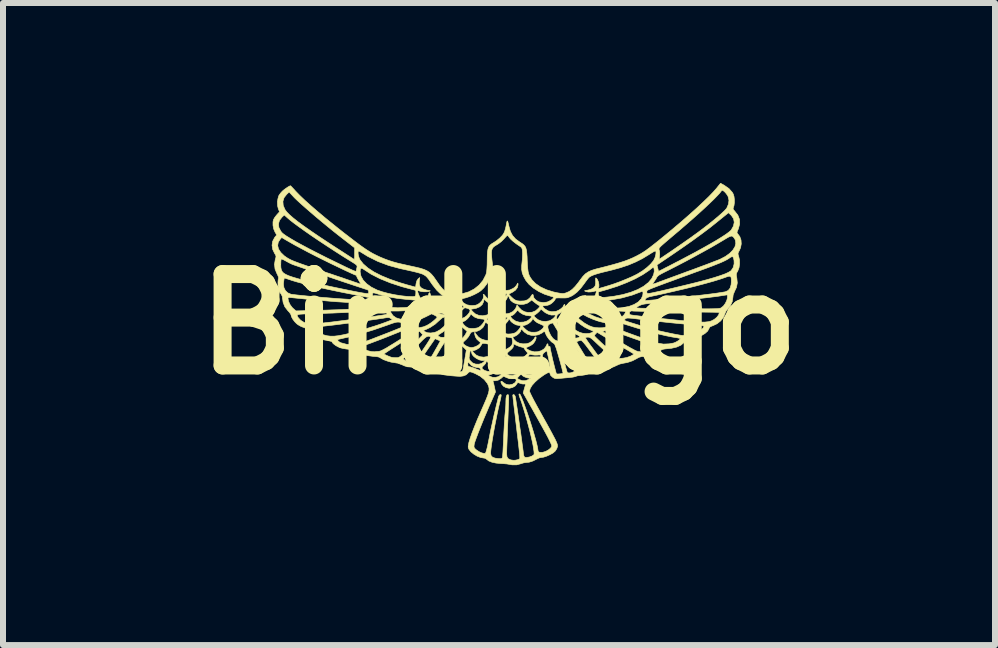
<source format=kicad_pcb>
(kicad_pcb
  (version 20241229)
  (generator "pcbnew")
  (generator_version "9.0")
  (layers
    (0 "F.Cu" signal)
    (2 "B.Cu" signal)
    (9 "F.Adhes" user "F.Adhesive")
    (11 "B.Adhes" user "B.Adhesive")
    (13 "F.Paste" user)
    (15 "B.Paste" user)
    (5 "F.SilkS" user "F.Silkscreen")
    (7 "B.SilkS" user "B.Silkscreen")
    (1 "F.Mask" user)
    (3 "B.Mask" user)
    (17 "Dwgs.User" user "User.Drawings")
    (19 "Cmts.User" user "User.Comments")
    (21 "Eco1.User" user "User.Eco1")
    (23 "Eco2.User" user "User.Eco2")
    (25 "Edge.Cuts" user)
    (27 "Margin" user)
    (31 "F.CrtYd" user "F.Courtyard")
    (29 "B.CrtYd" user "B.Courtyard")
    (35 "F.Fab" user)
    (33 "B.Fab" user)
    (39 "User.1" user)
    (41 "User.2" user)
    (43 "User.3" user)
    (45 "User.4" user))
  (footprint "BirdLogo"
    (layer "F.Cu")
    (at 5.269 2.353)
    (property "Reference" "BirdLogo" (at 0 0 0) (layer "F.SilkS") (effects (font (size 1.524 1.524) (thickness 0.3))))
    (attr through_hole)
    (fp_poly (pts (xy 3.757 -2.312) (xy 3.833 -2.259) (xy 3.888 -2.197) (xy 3.905 -2.167) (xy 3.917 -2.128) (xy 3.923 -2.078) (xy 3.923 -2.024) (xy 3.917 -1.976) (xy 3.909 -1.952) (xy 3.902 -1.928) (xy 3.906 -1.91) (xy 3.924 -1.889) (xy 3.93 -1.882) (xy 3.981 -1.817) (xy 4.009 -1.745) (xy 4.011 -1.668) (xy 3.99 -1.589) (xy 3.987 -1.582) (xy 3.972 -1.548) (xy 3.967 -1.527) (xy 3.971 -1.514) (xy 3.98 -1.504) (xy 4.014 -1.458) (xy 4.034 -1.401) (xy 4.038 -1.337) (xy 4.026 -1.273) (xy 4.008 -1.231) (xy 3.991 -1.199) (xy 3.984 -1.176) (xy 3.987 -1.153) (xy 3.996 -1.125) (xy 4.009 -1.068) (xy 4.01 -1.004) (xy 4.001 -0.941) (xy 3.981 -0.888) (xy 3.977 -0.881) (xy 3.962 -0.854) (xy 3.956 -0.832) (xy 3.957 -0.805) (xy 3.964 -0.769) (xy 3.972 -0.687) (xy 3.958 -0.612) (xy 3.93 -0.554) (xy 3.903 -0.488) (xy 3.899 -0.449) (xy 3.887 -0.373) (xy 3.855 -0.303) (xy 3.818 -0.258) (xy 3.788 -0.222) (xy 3.769 -0.184) (xy 3.767 -0.175) (xy 3.741 -0.112) (xy 3.695 -0.054) (xy 3.634 -0.006) (xy 3.564 0.027) (xy 3.549 0.032) (xy 3.515 0.048) (xy 3.501 0.072) (xy 3.478 0.116) (xy 3.432 0.157) (xy 3.368 0.195) (xy 3.287 0.227) (xy 3.2 0.25) (xy 3.153 0.261) (xy 3.122 0.273) (xy 3.098 0.292) (xy 3.082 0.309) (xy 3.032 0.351) (xy 2.961 0.383) (xy 2.874 0.403) (xy 2.817 0.409) (xy 2.766 0.414) (xy 2.732 0.42) (xy 2.706 0.431) (xy 2.68 0.45) (xy 2.68 0.451) (xy 2.608 0.493) (xy 2.521 0.523) (xy 2.426 0.537) (xy 2.373 0.543) (xy 2.334 0.553) (xy 2.301 0.571) (xy 2.299 0.573) (xy 2.224 0.612) (xy 2.14 0.64) (xy 2.074 0.652) (xy 2.013 0.666) (xy 1.962 0.688) (xy 1.914 0.711) (xy 1.862 0.728) (xy 1.814 0.737) (xy 1.779 0.736) (xy 1.751 0.738) (xy 1.715 0.753) (xy 1.709 0.756) (xy 1.665 0.774) (xy 1.616 0.787) (xy 1.603 0.789) (xy 1.562 0.797) (xy 1.53 0.807) (xy 1.522 0.812) (xy 1.482 0.832) (xy 1.429 0.847) (xy 1.371 0.856) (xy 1.352 0.857) (xy 1.316 0.86) (xy 1.289 0.867) (xy 1.286 0.87) (xy 1.267 0.876) (xy 1.23 0.884) (xy 1.182 0.89) (xy 1.172 0.891) (xy 1.112 0.896) (xy 1.051 0.902) (xy 1.003 0.906) (xy 0.96 0.909) (xy 0.932 0.906) (xy 0.908 0.895) (xy 0.892 0.884) (xy 0.862 0.856) (xy 0.851 0.83) (xy 0.846 0.811) (xy 0.831 0.806) (xy 0.803 0.816) (xy 0.759 0.841) (xy 0.747 0.849) (xy 0.666 0.907) (xy 0.6 0.966) (xy 0.55 1.022) (xy 0.519 1.074) (xy 0.508 1.117) (xy 0.513 1.133) (xy 0.528 1.166) (xy 0.551 1.213) (xy 0.581 1.271) (xy 0.617 1.338) (xy 0.657 1.411) (xy 0.675 1.443) (xy 0.74 1.561) (xy 0.796 1.661) (xy 0.842 1.745) (xy 0.88 1.815) (xy 0.91 1.872) (xy 0.934 1.917) (xy 0.951 1.953) (xy 0.963 1.981) (xy 0.971 2.003) (xy 0.974 2.02) (xy 0.975 2.033) (xy 0.974 2.043) (xy 0.962 2.077) (xy 0.939 2.113) (xy 0.932 2.121) (xy 0.897 2.15) (xy 0.848 2.177) (xy 0.794 2.201) (xy 0.743 2.218) (xy 0.708 2.223) (xy 0.674 2.229) (xy 0.637 2.245) (xy 0.63 2.249) (xy 0.567 2.281) (xy 0.502 2.302) (xy 0.454 2.307) (xy 0.415 2.312) (xy 0.372 2.324) (xy 0.362 2.328) (xy 0.295 2.346) (xy 0.217 2.346) (xy 0.165 2.337) (xy 0.13 2.331) (xy 0.08 2.327) (xy 0.026 2.324) (xy 0.025 2.324) (xy -0.049 2.317) (xy -0.116 2.303) (xy -0.169 2.282) (xy -0.204 2.256) (xy -0.207 2.253) (xy -0.231 2.237) (xy -0.254 2.233) (xy -0.307 2.224) (xy -0.365 2.201) (xy -0.42 2.168) (xy -0.468 2.129) (xy -0.501 2.088) (xy -0.513 2.06) (xy -0.513 2.039) (xy -0.418 2.039) (xy -0.413 2.061) (xy -0.397 2.08) (xy -0.375 2.099) (xy -0.336 2.125) (xy -0.296 2.144) (xy -0.259 2.155) (xy -0.233 2.155) (xy -0.228 2.152) (xy -0.219 2.137) (xy -0.209 2.103) (xy -0.195 2.05) (xy -0.18 1.977) (xy -0.161 1.883) (xy -0.152 1.836) (xy -0.143 1.789) (xy -0.13 1.727) (xy -0.114 1.656) (xy -0.097 1.578) (xy -0.079 1.498) (xy -0.06 1.42) (xy -0.043 1.348) (xy -0.027 1.285) (xy -0.015 1.235) (xy -0.006 1.204) (xy 0.006 1.183) (xy 0.02 1.175) (xy 0.03 1.175) (xy 0.035 1.179) (xy 0.036 1.19) (xy 0.033 1.21) (xy 0.026 1.245) (xy 0.014 1.297) (xy 0.013 1.298) (xy -0.009 1.394) (xy -0.031 1.496) (xy -0.052 1.601) (xy -0.073 1.705) (xy -0.091 1.805) (xy -0.107 1.9) (xy -0.121 1.985) (xy -0.131 2.058) (xy -0.138 2.116) (xy -0.14 2.154) (xy -0.133 2.192) (xy -0.109 2.218) (xy -0.067 2.234) (xy -0.014 2.241) (xy 0.025 2.243) (xy 0.046 2.238) (xy 0.055 2.228) (xy 0.058 2.213) (xy 0.061 2.18) (xy 0.065 2.131) (xy 0.068 2.07) (xy 0.072 1.998) (xy 0.076 1.92) (xy 0.076 1.901) (xy 0.08 1.816) (xy 0.085 1.731) (xy 0.089 1.651) (xy 0.094 1.581) (xy 0.098 1.523) (xy 0.102 1.482) (xy 0.102 1.482) (xy 0.107 1.425) (xy 0.112 1.367) (xy 0.114 1.316) (xy 0.114 1.296) (xy 0.116 1.24) (xy 0.122 1.202) (xy 0.133 1.181) (xy 0.148 1.175) (xy 0.154 1.178) (xy 0.159 1.19) (xy 0.161 1.212) (xy 0.161 1.249) (xy 0.16 1.303) (xy 0.159 1.336) (xy 0.153 1.458) (xy 0.149 1.576) (xy 0.144 1.69) (xy 0.14 1.796) (xy 0.136 1.893) (xy 0.133 1.979) (xy 0.13 2.052) (xy 0.128 2.109) (xy 0.127 2.148) (xy 0.127 2.165) (xy 0.132 2.211) (xy 0.149 2.241) (xy 0.182 2.259) (xy 0.204 2.265) (xy 0.239 2.27) (xy 0.269 2.269) (xy 0.307 2.261) (xy 0.313 2.26) (xy 0.337 2.25) (xy 0.346 2.241) (xy 0.346 2.226) (xy 0.345 2.195) (xy 0.341 2.149) (xy 0.335 2.093) (xy 0.328 2.032) (xy 0.321 1.968) (xy 0.311 1.889) (xy 0.3 1.798) (xy 0.289 1.702) (xy 0.277 1.605) (xy 0.267 1.513) (xy 0.257 1.433) (xy 0.248 1.359) (xy 0.241 1.295) (xy 0.235 1.243) (xy 0.231 1.205) (xy 0.229 1.185) (xy 0.228 1.183) (xy 0.239 1.175) (xy 0.246 1.175) (xy 0.26 1.184) (xy 0.271 1.207) (xy 0.271 1.209) (xy 0.275 1.229) (xy 0.281 1.266) (xy 0.289 1.319) (xy 0.299 1.384) (xy 0.31 1.459) (xy 0.322 1.541) (xy 0.334 1.627) (xy 0.346 1.714) (xy 0.359 1.798) (xy 0.37 1.879) (xy 0.38 1.952) (xy 0.388 2.014) (xy 0.395 2.063) (xy 0.399 2.097) (xy 0.4 2.101) (xy 0.406 2.153) (xy 0.411 2.188) (xy 0.419 2.208) (xy 0.429 2.219) (xy 0.444 2.222) (xy 0.458 2.223) (xy 0.504 2.216) (xy 0.55 2.199) (xy 0.581 2.178) (xy 0.585 2.161) (xy 0.583 2.126) (xy 0.576 2.075) (xy 0.565 2.01) (xy 0.549 1.935) (xy 0.53 1.851) (xy 0.508 1.762) (xy 0.483 1.668) (xy 0.457 1.573) (xy 0.43 1.479) (xy 0.402 1.388) (xy 0.375 1.303) (xy 0.35 1.233) (xy 0.337 1.196) (xy 0.332 1.176) (xy 0.333 1.166) (xy 0.341 1.164) (xy 0.342 1.164) (xy 0.352 1.174) (xy 0.366 1.202) (xy 0.385 1.246) (xy 0.407 1.302) (xy 0.432 1.37) (xy 0.459 1.445) (xy 0.487 1.527) (xy 0.515 1.611) (xy 0.542 1.696) (xy 0.568 1.78) (xy 0.591 1.859) (xy 0.612 1.932) (xy 0.628 1.995) (xy 0.64 2.047) (xy 0.647 2.084) (xy 0.648 2.097) (xy 0.654 2.125) (xy 0.676 2.138) (xy 0.715 2.138) (xy 0.732 2.136) (xy 0.778 2.122) (xy 0.821 2.099) (xy 0.856 2.071) (xy 0.877 2.044) (xy 0.879 2.032) (xy 0.875 2.015) (xy 0.863 1.986) (xy 0.842 1.942) (xy 0.813 1.884) (xy 0.774 1.811) (xy 0.725 1.722) (xy 0.666 1.616) (xy 0.597 1.492) (xy 0.559 1.423) (xy 0.403 1.148) (xy 0.417 1.095) (xy 0.427 1.059) (xy 0.436 1.029) (xy 0.439 1.019) (xy 0.442 1.001) (xy 0.428 0.997) (xy 0.417 0.999) (xy 0.384 0.997) (xy 0.353 0.988) (xy 0.325 0.977) (xy 0.31 0.977) (xy 0.299 0.992) (xy 0.292 1.005) (xy 0.267 1.033) (xy 0.226 1.056) (xy 0.18 1.068) (xy 0.166 1.069) (xy 0.117 1.059) (xy 0.073 1.035) (xy 0.044 1) (xy 0.043 0.999) (xy 0.031 0.968) (xy 0.033 0.953) (xy 0.048 0.954) (xy 0.071 0.973) (xy 0.115 1.002) (xy 0.167 1.013) (xy 0.22 1.004) (xy 0.227 1.001) (xy 0.267 0.976) (xy 0.286 0.946) (xy 0.284 0.925) (xy 0.276 0.912) (xy 0.257 0.908) (xy 0.222 0.909) (xy 0.165 0.906) (xy 0.156 0.903) (xy 0.301 0.903) (xy 0.332 0.922) (xy 0.384 0.943) (xy 0.437 0.944) (xy 0.49 0.924) (xy 0.496 0.92) (xy 0.527 0.9) (xy 0.495 0.9) (xy 0.466 0.895) (xy 0.431 0.882) (xy 0.401 0.867) (xy 0.383 0.852) (xy 0.381 0.847) (xy 0.375 0.836) (xy 0.358 0.843) (xy 0.334 0.866) (xy 0.331 0.869) (xy 0.301 0.903) (xy 0.156 0.903) (xy 0.12 0.89) (xy 0.075 0.868) (xy 0.033 0.905) (xy -0.015 0.935) (xy -0.067 0.945) (xy -0.094 0.943) (xy -0.099 0.95) (xy -0.097 0.965) (xy -0.09 0.988) (xy -0.082 1.024) (xy -0.074 1.06) (xy -0.059 1.131) (xy -0.126 1.283) (xy -0.166 1.372) (xy -0.205 1.465) (xy -0.245 1.558) (xy -0.282 1.649) (xy -0.317 1.736) (xy -0.348 1.815) (xy -0.374 1.884) (xy -0.395 1.941) (xy -0.409 1.983) (xy -0.414 2.006) (xy -0.418 2.039) (xy -0.513 2.039) (xy -0.513 2.027) (xy -0.503 1.975) (xy -0.482 1.905) (xy -0.451 1.816) (xy -0.409 1.708) (xy -0.358 1.583) (xy -0.296 1.441) (xy -0.255 1.348) (xy -0.22 1.267) (xy -0.194 1.202) (xy -0.176 1.15) (xy -0.167 1.108) (xy -0.166 1.072) (xy -0.172 1.04) (xy -0.185 1.009) (xy -0.195 0.989) (xy -0.246 0.924) (xy -0.319 0.866) (xy -0.351 0.849) (xy -0.183 0.849) (xy -0.154 0.869) (xy -0.11 0.886) (xy -0.06 0.888) (xy -0.012 0.876) (xy 0.006 0.865) (xy 0.038 0.841) (xy 0.004 0.784) (xy -0.015 0.753) (xy -0.026 0.739) (xy -0.033 0.739) (xy -0.039 0.753) (xy -0.04 0.756) (xy -0.064 0.797) (xy -0.105 0.828) (xy -0.144 0.842) (xy -0.183 0.849) (xy -0.351 0.849) (xy -0.395 0.826) (xy -0.444 0.805) (xy -0.477 0.796) (xy -0.498 0.798) (xy -0.514 0.811) (xy -0.52 0.82) (xy -0.55 0.846) (xy -0.595 0.864) (xy -0.645 0.871) (xy -0.691 0.869) (xy -0.747 0.865) (xy -0.806 0.86) (xy -0.863 0.853) (xy -0.91 0.847) (xy -0.941 0.841) (xy -0.947 0.838) (xy -0.975 0.832) (xy -1.017 0.828) (xy -1.037 0.827) (xy -1.086 0.824) (xy -1.135 0.814) (xy -1.175 0.801) (xy -1.198 0.786) (xy -1.199 0.785) (xy -1.215 0.777) (xy -1.247 0.769) (xy -1.261 0.767) (xy -1.307 0.757) (xy -1.309 0.757) (xy -0.91 0.757) (xy -0.892 0.77) (xy -0.857 0.776) (xy -0.818 0.775) (xy -0.809 0.772) (xy -0.802 0.764) (xy -0.716 0.764) (xy -0.71 0.781) (xy -0.699 0.79) (xy -0.68 0.793) (xy -0.655 0.794) (xy -0.651 0.794) (xy -0.621 0.79) (xy -0.606 0.777) (xy -0.604 0.77) (xy -0.6 0.751) (xy -0.593 0.716) (xy -0.585 0.672) (xy -0.521 0.672) (xy -0.517 0.698) (xy -0.506 0.708) (xy -0.498 0.709) (xy -0.476 0.714) (xy -0.439 0.725) (xy -0.4 0.74) (xy -0.354 0.759) (xy -0.325 0.768) (xy -0.311 0.77) (xy -0.305 0.766) (xy -0.305 0.759) (xy -0.314 0.737) (xy -0.284 0.737) (xy -0.265 0.757) (xy -0.239 0.773) (xy -0.187 0.789) (xy -0.137 0.784) (xy -0.092 0.758) (xy -0.065 0.736) (xy 0.009 0.736) (xy 0.052 0.777) (xy 0.111 0.824) (xy 0.168 0.85) (xy 0.222 0.857) (xy 0.272 0.842) (xy 0.286 0.834) (xy 0.312 0.811) (xy 0.338 0.778) (xy 0.35 0.759) (xy 0.369 0.73) (xy 0.384 0.72) (xy 0.392 0.728) (xy 0.389 0.755) (xy 0.388 0.761) (xy 0.386 0.784) (xy 0.399 0.803) (xy 0.419 0.819) (xy 0.467 0.842) (xy 0.515 0.844) (xy 0.557 0.831) (xy 0.596 0.812) (xy 0.607 0.799) (xy 0.635 0.799) (xy 0.638 0.813) (xy 0.64 0.815) (xy 0.651 0.808) (xy 0.66 0.799) (xy 0.669 0.787) (xy 0.658 0.783) (xy 0.656 0.783) (xy 0.638 0.791) (xy 0.635 0.799) (xy 0.607 0.799) (xy 0.611 0.795) (xy 0.603 0.778) (xy 0.583 0.763) (xy 0.553 0.74) (xy 0.532 0.716) (xy 0.531 0.714) (xy 0.508 0.692) (xy 0.499 0.691) (xy 0.567 0.691) (xy 0.596 0.71) (xy 0.638 0.726) (xy 0.688 0.728) (xy 0.734 0.716) (xy 0.762 0.697) (xy 0.788 0.672) (xy 0.788 0.671) (xy 0.813 0.64) (xy 0.813 0.675) (xy 0.817 0.7) (xy 0.829 0.709) (xy 0.843 0.7) (xy 0.844 0.699) (xy 0.845 0.685) (xy 0.841 0.655) (xy 0.834 0.613) (xy 0.825 0.567) (xy 0.797 0.445) (xy 0.761 0.468) (xy 0.737 0.489) (xy 0.726 0.515) (xy 0.725 0.538) (xy 0.715 0.592) (xy 0.687 0.634) (xy 0.639 0.664) (xy 0.625 0.669) (xy 0.567 0.691) (xy 0.499 0.691) (xy 0.483 0.688) (xy 0.446 0.681) (xy 0.406 0.663) (xy 0.379 0.642) (xy 0.363 0.636) (xy 0.329 0.631) (xy 0.303 0.629) (xy 0.261 0.627) (xy 0.241 0.625) (xy 0.413 0.625) (xy 0.413 0.625) (xy 0.431 0.632) (xy 0.466 0.634) (xy 0.511 0.632) (xy 0.559 0.627) (xy 0.602 0.619) (xy 0.629 0.611) (xy 0.665 0.587) (xy 0.691 0.553) (xy 0.699 0.525) (xy 0.691 0.516) (xy 0.666 0.514) (xy 0.642 0.516) (xy 0.597 0.517) (xy 0.555 0.512) (xy 0.547 0.51) (xy 0.52 0.504) (xy 0.505 0.509) (xy 0.492 0.53) (xy 0.49 0.533) (xy 0.468 0.565) (xy 0.439 0.59) (xy 0.417 0.609) (xy 0.413 0.625) (xy 0.241 0.625) (xy 0.227 0.623) (xy 0.215 0.62) (xy 0.197 0.622) (xy 0.18 0.642) (xy 0.174 0.65) (xy 0.14 0.687) (xy 0.087 0.716) (xy 0.039 0.73) (xy 0.009 0.736) (xy -0.065 0.736) (xy -0.063 0.734) (xy -0.111 0.708) (xy -0.146 0.684) (xy -0.173 0.656) (xy -0.178 0.648) (xy -0.196 0.623) (xy -0.209 0.615) (xy -0.215 0.627) (xy -0.216 0.636) (xy -0.225 0.657) (xy -0.246 0.682) (xy -0.255 0.69) (xy -0.28 0.716) (xy -0.284 0.737) (xy -0.314 0.737) (xy -0.314 0.737) (xy -0.342 0.726) (xy -0.367 0.723) (xy -0.417 0.713) (xy -0.462 0.688) (xy -0.489 0.658) (xy -0.504 0.638) (xy -0.515 0.639) (xy -0.52 0.66) (xy -0.521 0.672) (xy -0.585 0.672) (xy -0.585 0.669) (xy -0.575 0.614) (xy -0.571 0.59) (xy -0.566 0.56) (xy -0.499 0.56) (xy -0.494 0.587) (xy -0.48 0.609) (xy -0.441 0.647) (xy -0.39 0.667) (xy -0.334 0.668) (xy -0.292 0.656) (xy -0.27 0.642) (xy -0.248 0.624) (xy -0.232 0.608) (xy -0.234 0.604) (xy -0.244 0.606) (xy -0.284 0.608) (xy -0.313 0.6) (xy -0.157 0.6) (xy -0.157 0.613) (xy -0.151 0.621) (xy -0.103 0.654) (xy -0.044 0.673) (xy 0.02 0.677) (xy 0.079 0.664) (xy 0.102 0.654) (xy 0.14 0.629) (xy 0.157 0.608) (xy 0.155 0.586) (xy 0.135 0.557) (xy 0.135 0.556) (xy 0.115 0.529) (xy 0.103 0.507) (xy 0.102 0.501) (xy 0.098 0.497) (xy 0.136 0.497) (xy 0.142 0.506) (xy 0.184 0.541) (xy 0.235 0.566) (xy 0.289 0.58) (xy 0.342 0.576) (xy 0.372 0.568) (xy 0.409 0.55) (xy 0.443 0.524) (xy 0.448 0.52) (xy 0.481 0.486) (xy 0.45 0.448) (xy 0.431 0.423) (xy 0.42 0.405) (xy 0.419 0.401) (xy 0.408 0.393) (xy 0.381 0.384) (xy 0.371 0.382) (xy 0.327 0.368) (xy 0.284 0.35) (xy 0.283 0.35) (xy 0.241 0.328) (xy 0.241 0.36) (xy 0.235 0.385) (xy 0.214 0.412) (xy 0.183 0.44) (xy 0.152 0.467) (xy 0.138 0.485) (xy 0.136 0.497) (xy 0.098 0.497) (xy 0.091 0.491) (xy 0.058 0.487) (xy 0.048 0.487) (xy 0.006 0.485) (xy -0.029 0.481) (xy -0.035 0.48) (xy -0.057 0.479) (xy -0.064 0.491) (xy -0.072 0.508) (xy -0.093 0.533) (xy -0.116 0.556) (xy -0.144 0.583) (xy -0.157 0.6) (xy -0.313 0.6) (xy -0.33 0.596) (xy -0.377 0.572) (xy -0.418 0.542) (xy -0.447 0.509) (xy -0.457 0.477) (xy -0.461 0.457) (xy -0.469 0.446) (xy -0.446 0.446) (xy -0.421 0.478) (xy -0.377 0.519) (xy -0.319 0.543) (xy -0.255 0.551) (xy -0.19 0.54) (xy -0.167 0.532) (xy -0.133 0.511) (xy -0.106 0.487) (xy -0.105 0.485) (xy -0.093 0.466) (xy -0.094 0.451) (xy -0.11 0.432) (xy -0.118 0.424) (xy -0.14 0.398) (xy -0.152 0.376) (xy -0.153 0.372) (xy -0.159 0.348) (xy -0.181 0.333) (xy -0.213 0.326) (xy -0.136 0.326) (xy -0.132 0.34) (xy -0.117 0.362) (xy -0.074 0.401) (xy -0.019 0.425) (xy 0.042 0.434) (xy 0.102 0.426) (xy 0.14 0.41) (xy 0.189 0.377) (xy 0.216 0.345) (xy 0.225 0.307) (xy 0.223 0.278) (xy 0.214 0.225) (xy 0.162 0.221) (xy 0.231 0.221) (xy 0.237 0.237) (xy 0.247 0.254) (xy 0.284 0.291) (xy 0.336 0.317) (xy 0.397 0.329) (xy 0.459 0.327) (xy 0.505 0.313) (xy 0.544 0.288) (xy 0.58 0.252) (xy 0.601 0.217) (xy 0.612 0.212) (xy 0.615 0.213) (xy 0.619 0.229) (xy 0.612 0.256) (xy 0.597 0.288) (xy 0.577 0.317) (xy 0.562 0.333) (xy 0.526 0.358) (xy 0.487 0.377) (xy 0.485 0.378) (xy 0.458 0.389) (xy 0.451 0.399) (xy 0.458 0.409) (xy 0.48 0.423) (xy 0.513 0.441) (xy 0.525 0.446) (xy 0.587 0.462) (xy 0.649 0.46) (xy 0.707 0.442) (xy 0.754 0.411) (xy 0.786 0.367) (xy 0.789 0.359) (xy 0.801 0.334) (xy 0.811 0.327) (xy 0.814 0.329) (xy 0.818 0.35) (xy 0.817 0.356) (xy 0.82 0.368) (xy 0.83 0.37) (xy 0.848 0.374) (xy 0.851 0.378) (xy 0.853 0.397) (xy 0.859 0.431) (xy 0.869 0.477) (xy 0.881 0.531) (xy 0.894 0.59) (xy 0.909 0.65) (xy 0.923 0.706) (xy 0.936 0.756) (xy 0.947 0.796) (xy 0.954 0.821) (xy 0.958 0.828) (xy 0.978 0.832) (xy 1.01 0.83) (xy 1.043 0.826) (xy 1.064 0.82) (xy 1.066 0.819) (xy 1.065 0.808) (xy 1.058 0.779) (xy 1.048 0.736) (xy 1.033 0.68) (xy 1.016 0.616) (xy 1.004 0.574) (xy 0.979 0.487) (xy 0.959 0.42) (xy 0.942 0.372) (xy 0.939 0.365) (xy 1.016 0.365) (xy 1.019 0.378) (xy 1.026 0.409) (xy 1.038 0.452) (xy 1.052 0.504) (xy 1.067 0.562) (xy 1.084 0.621) (xy 1.1 0.678) (xy 1.114 0.728) (xy 1.126 0.768) (xy 1.134 0.794) (xy 1.136 0.802) (xy 1.153 0.813) (xy 1.184 0.814) (xy 1.22 0.804) (xy 1.223 0.803) (xy 1.246 0.793) (xy 1.255 0.788) (xy 1.253 0.777) (xy 1.244 0.75) (xy 1.229 0.71) (xy 1.21 0.661) (xy 1.188 0.606) (xy 1.165 0.549) (xy 1.143 0.493) (xy 1.121 0.441) (xy 1.103 0.398) (xy 1.089 0.367) (xy 1.081 0.351) (xy 1.081 0.351) (xy 1.062 0.342) (xy 1.038 0.345) (xy 1.019 0.356) (xy 1.016 0.365) (xy 0.939 0.365) (xy 0.929 0.34) (xy 0.918 0.325) (xy 0.916 0.324) (xy 0.888 0.305) (xy 1.149 0.305) (xy 1.149 0.318) (xy 1.154 0.339) (xy 1.164 0.37) (xy 1.18 0.414) (xy 1.203 0.472) (xy 1.23 0.54) (xy 1.324 0.773) (xy 1.372 0.773) (xy 1.427 0.763) (xy 1.454 0.749) (xy 1.486 0.725) (xy 1.352 0.513) (xy 1.312 0.451) (xy 1.275 0.395) (xy 1.244 0.348) (xy 1.219 0.312) (xy 1.209 0.299) (xy 1.295 0.299) (xy 1.301 0.31) (xy 1.316 0.338) (xy 1.339 0.377) (xy 1.368 0.424) (xy 1.399 0.475) (xy 1.432 0.528) (xy 1.464 0.578) (xy 1.492 0.623) (xy 1.515 0.658) (xy 1.527 0.675) (xy 1.558 0.702) (xy 1.597 0.709) (xy 1.639 0.697) (xy 1.652 0.69) (xy 1.681 0.67) (xy 1.651 0.629) (xy 1.583 0.535) (xy 1.526 0.459) (xy 1.48 0.397) (xy 1.444 0.35) (xy 1.415 0.315) (xy 1.394 0.291) (xy 1.378 0.277) (xy 1.367 0.271) (xy 1.36 0.27) (xy 1.329 0.28) (xy 1.318 0.283) (xy 1.299 0.292) (xy 1.295 0.299) (xy 1.209 0.299) (xy 1.203 0.29) (xy 1.199 0.286) (xy 1.183 0.277) (xy 1.167 0.283) (xy 1.159 0.289) (xy 1.152 0.296) (xy 1.149 0.305) (xy 0.888 0.305) (xy 0.876 0.297) (xy 0.836 0.256) (xy 0.802 0.209) (xy 0.785 0.178) (xy 0.759 0.117) (xy 0.716 0.148) (xy 0.656 0.178) (xy 0.586 0.19) (xy 0.536 0.187) (xy 0.474 0.169) (xy 0.421 0.132) (xy 0.397 0.106) (xy 0.379 0.086) (xy 0.37 0.083) (xy 0.368 0.091) (xy 0.359 0.119) (xy 0.335 0.152) (xy 0.302 0.181) (xy 0.269 0.2) (xy 0.268 0.201) (xy 0.24 0.211) (xy 0.231 0.221) (xy 0.162 0.221) (xy 0.151 0.22) (xy 0.1 0.211) (xy 0.057 0.196) (xy 0.05 0.192) (xy 0.025 0.177) (xy 0.01 0.17) (xy 0.008 0.169) (xy 0.003 0.178) (xy -0.004 0.201) (xy -0.005 0.202) (xy -0.019 0.229) (xy -0.046 0.26) (xy -0.079 0.29) (xy -0.111 0.313) (xy -0.126 0.319) (xy -0.136 0.326) (xy -0.213 0.326) (xy -0.222 0.324) (xy -0.225 0.323) (xy -0.26 0.32) (xy -0.278 0.323) (xy -0.289 0.337) (xy -0.293 0.346) (xy -0.327 0.393) (xy -0.378 0.426) (xy -0.402 0.435) (xy -0.446 0.446) (xy -0.469 0.446) (xy -0.471 0.444) (xy -0.48 0.445) (xy -0.483 0.458) (xy -0.486 0.475) (xy -0.491 0.505) (xy -0.494 0.523) (xy -0.499 0.56) (xy -0.566 0.56) (xy -0.545 0.433) (xy -0.58 0.397) (xy -0.604 0.375) (xy -0.62 0.362) (xy -0.624 0.361) (xy -0.628 0.37) (xy -0.637 0.398) (xy -0.648 0.44) (xy -0.661 0.493) (xy -0.676 0.555) (xy -0.679 0.567) (xy -0.696 0.641) (xy -0.708 0.697) (xy -0.715 0.737) (xy -0.716 0.764) (xy -0.802 0.764) (xy -0.801 0.763) (xy -0.793 0.748) (xy -0.783 0.722) (xy -0.772 0.683) (xy -0.759 0.628) (xy -0.742 0.556) (xy -0.741 0.552) (xy -0.689 0.333) (xy -0.726 0.324) (xy -0.753 0.318) (xy -0.766 0.319) (xy -0.767 0.319) (xy -0.773 0.332) (xy -0.785 0.362) (xy -0.8 0.405) (xy -0.818 0.456) (xy -0.837 0.513) (xy -0.856 0.572) (xy -0.874 0.628) (xy -0.89 0.678) (xy -0.902 0.719) (xy -0.909 0.746) (xy -0.91 0.757) (xy -1.309 0.757) (xy -1.352 0.742) (xy -1.358 0.739) (xy -1.409 0.723) (xy -1.472 0.716) (xy -1.473 0.716) (xy -1.53 0.711) (xy -1.545 0.706) (xy -1.137 0.706) (xy -1.136 0.71) (xy -1.113 0.726) (xy -1.076 0.739) (xy -1.037 0.746) (xy -1.016 0.745) (xy -0.992 0.74) (xy -0.983 0.737) (xy -0.976 0.724) (xy -0.965 0.694) (xy -0.949 0.651) (xy -0.931 0.598) (xy -0.912 0.54) (xy -0.892 0.48) (xy -0.873 0.421) (xy -0.857 0.367) (xy -0.843 0.321) (xy -0.839 0.308) (xy -0.599 0.308) (xy -0.598 0.321) (xy -0.589 0.333) (xy -0.558 0.359) (xy -0.513 0.38) (xy -0.468 0.391) (xy -0.46 0.391) (xy -0.43 0.387) (xy -0.392 0.375) (xy -0.384 0.371) (xy -0.349 0.353) (xy -0.324 0.332) (xy -0.32 0.328) (xy -0.311 0.31) (xy -0.319 0.297) (xy -0.334 0.285) (xy -0.369 0.253) (xy -0.395 0.21) (xy -0.406 0.167) (xy -0.406 0.162) (xy -0.405 0.132) (xy -0.382 0.169) (xy -0.34 0.219) (xy -0.288 0.251) (xy -0.24 0.266) (xy -0.202 0.273) (xy -0.173 0.272) (xy -0.14 0.262) (xy -0.123 0.255) (xy -0.076 0.23) (xy -0.041 0.199) (xy -0.037 0.195) (xy -0.022 0.171) (xy -0.017 0.151) (xy -0.021 0.125) (xy -0.027 0.106) (xy -0.038 0.074) (xy -0.047 0.063) (xy -0.013 0.063) (xy -0.003 0.082) (xy 0.021 0.107) (xy 0.054 0.132) (xy 0.088 0.152) (xy 0.102 0.158) (xy 0.148 0.166) (xy 0.203 0.163) (xy 0.254 0.151) (xy 0.278 0.14) (xy 0.302 0.121) (xy 0.327 0.093) (xy 0.348 0.065) (xy 0.36 0.041) (xy 0.36 0.031) (xy 0.394 0.031) (xy 0.402 0.047) (xy 0.424 0.07) (xy 0.452 0.095) (xy 0.481 0.117) (xy 0.501 0.127) (xy 0.542 0.135) (xy 0.592 0.136) (xy 0.636 0.131) (xy 0.652 0.126) (xy 0.688 0.106) (xy 0.721 0.08) (xy 0.738 0.061) (xy 0.814 0.061) (xy 0.826 0.106) (xy 0.833 0.128) (xy 0.861 0.187) (xy 0.896 0.235) (xy 0.927 0.262) (xy 0.966 0.28) (xy 1.012 0.287) (xy 1.055 0.285) (xy 1.088 0.272) (xy 1.095 0.264) (xy 1.097 0.25) (xy 1.081 0.228) (xy 1.054 0.201) (xy 1.022 0.168) (xy 0.987 0.124) (xy 0.956 0.078) (xy 0.951 0.07) (xy 0.929 0.032) (xy 0.91 0.002) (xy 0.899 -0.016) (xy 0.897 -0.018) (xy 0.883 -0.017) (xy 0.857 -0.008) (xy 0.852 -0.006) (xy 0.827 0.009) (xy 0.815 0.03) (xy 0.814 0.061) (xy 0.738 0.061) (xy 0.743 0.056) (xy 0.749 0.041) (xy 0.737 0.023) (xy 0.699 0.004) (xy 0.685 -0.001) (xy 0.633 -0.026) (xy 0.632 -0.027) (xy 0.968 -0.027) (xy 0.97 -0.016) (xy 0.983 0.008) (xy 1.004 0.041) (xy 1.028 0.077) (xy 1.055 0.112) (xy 1.079 0.142) (xy 1.097 0.16) (xy 1.155 0.2) (xy 1.217 0.225) (xy 1.278 0.234) (xy 1.326 0.226) (xy 1.33 0.224) (xy 1.44 0.224) (xy 1.444 0.235) (xy 1.459 0.26) (xy 1.483 0.295) (xy 1.5 0.319) (xy 1.533 0.364) (xy 1.566 0.408) (xy 1.592 0.444) (xy 1.6 0.455) (xy 1.652 0.526) (xy 1.695 0.582) (xy 1.727 0.62) (xy 1.748 0.641) (xy 1.75 0.643) (xy 1.783 0.655) (xy 1.825 0.652) (xy 1.858 0.642) (xy 1.891 0.627) (xy 1.916 0.61) (xy 1.917 0.61) (xy 1.923 0.6) (xy 1.921 0.589) (xy 1.909 0.573) (xy 1.885 0.55) (xy 1.845 0.515) (xy 1.833 0.505) (xy 1.78 0.459) (xy 1.72 0.405) (xy 1.661 0.351) (xy 1.626 0.318) (xy 1.58 0.274) (xy 1.546 0.245) (xy 1.52 0.227) (xy 1.5 0.219) (xy 1.483 0.217) (xy 1.455 0.219) (xy 1.44 0.224) (xy 1.33 0.224) (xy 1.344 0.215) (xy 1.338 0.199) (xy 1.327 0.192) (xy 1.588 0.192) (xy 1.596 0.203) (xy 1.618 0.226) (xy 1.652 0.259) (xy 1.695 0.3) (xy 1.743 0.345) (xy 1.793 0.392) (xy 1.844 0.438) (xy 1.892 0.48) (xy 1.91 0.496) (xy 2 0.573) (xy 2.068 0.568) (xy 2.13 0.557) (xy 2.188 0.536) (xy 2.191 0.535) (xy 2.223 0.518) (xy 2.244 0.504) (xy 2.247 0.5) (xy 2.237 0.491) (xy 2.21 0.474) (xy 2.17 0.45) (xy 2.124 0.423) (xy 2.069 0.393) (xy 2.002 0.354) (xy 1.927 0.31) (xy 1.853 0.267) (xy 1.818 0.246) (xy 1.636 0.137) (xy 1.612 0.161) (xy 1.595 0.181) (xy 1.588 0.192) (xy 1.327 0.192) (xy 1.309 0.181) (xy 1.294 0.175) (xy 1.255 0.154) (xy 1.208 0.12) (xy 1.161 0.08) (xy 1.118 0.039) (xy 1.088 0.002) (xy 1.082 -0.007) (xy 1.067 -0.03) (xy 1.049 -0.038) (xy 1.019 -0.036) (xy 1.017 -0.036) (xy 0.986 -0.031) (xy 0.969 -0.027) (xy 0.968 -0.027) (xy 0.632 -0.027) (xy 0.596 -0.055) (xy 0.592 -0.059) (xy 0.564 -0.094) (xy 0.548 -0.062) (xy 0.525 -0.036) (xy 0.491 -0.009) (xy 0.453 0.011) (xy 0.42 0.021) (xy 0.416 0.021) (xy 0.397 0.026) (xy 0.394 0.031) (xy 0.36 0.031) (xy 0.36 0.03) (xy 0.344 0.023) (xy 0.326 0.021) (xy 0.287 0.013) (xy 0.243 -0.009) (xy 0.205 -0.038) (xy 0.192 -0.054) (xy 0.168 -0.087) (xy 0.146 -0.048) (xy 0.109 -0.004) (xy 0.061 0.028) (xy 0.023 0.039) (xy -0.005 0.05) (xy -0.013 0.063) (xy -0.047 0.063) (xy -0.051 0.057) (xy -0.071 0.049) (xy -0.084 0.047) (xy -0.118 0.036) (xy -0.158 0.016) (xy -0.176 0.004) (xy -0.227 -0.033) (xy -0.24 0.008) (xy -0.268 0.056) (xy -0.314 0.095) (xy -0.371 0.121) (xy -0.433 0.129) (xy -0.434 0.129) (xy -0.456 0.132) (xy -0.472 0.144) (xy -0.487 0.172) (xy -0.489 0.176) (xy -0.511 0.213) (xy -0.543 0.251) (xy -0.56 0.267) (xy -0.587 0.292) (xy -0.599 0.308) (xy -0.839 0.308) (xy -0.834 0.288) (xy -0.83 0.271) (xy -0.83 0.269) (xy -0.839 0.259) (xy -0.856 0.262) (xy -0.869 0.267) (xy -0.885 0.278) (xy -0.905 0.302) (xy -0.932 0.34) (xy -0.966 0.393) (xy -1.008 0.463) (xy -1.023 0.489) (xy -1.059 0.55) (xy -1.089 0.606) (xy -1.113 0.652) (xy -1.129 0.687) (xy -1.137 0.706) (xy -1.545 0.706) (xy -1.578 0.696) (xy -1.608 0.682) (xy -1.689 0.651) (xy -1.712 0.648) (xy -1.333 0.648) (xy -1.322 0.665) (xy -1.293 0.679) (xy -1.254 0.687) (xy -1.243 0.687) (xy -1.232 0.686) (xy -1.22 0.681) (xy -1.208 0.669) (xy -1.192 0.649) (xy -1.171 0.617) (xy -1.143 0.571) (xy -1.107 0.51) (xy -1.093 0.486) (xy -1.059 0.426) (xy -1.029 0.373) (xy -1.005 0.329) (xy -0.988 0.298) (xy -0.981 0.282) (xy -0.98 0.281) (xy -0.993 0.274) (xy -1.02 0.263) (xy -1.025 0.261) (xy -1.066 0.243) (xy -1.108 0.304) (xy -1.172 0.395) (xy -1.226 0.474) (xy -1.27 0.54) (xy -1.303 0.591) (xy -1.324 0.627) (xy -1.333 0.646) (xy -1.333 0.648) (xy -1.712 0.648) (xy -1.741 0.643) (xy -1.799 0.634) (xy -1.862 0.616) (xy -1.921 0.594) (xy -1.95 0.579) (xy -1.599 0.579) (xy -1.571 0.6) (xy -1.538 0.622) (xy -1.505 0.631) (xy -1.459 0.632) (xy -1.456 0.632) (xy -1.408 0.63) (xy -1.267 0.425) (xy -1.22 0.356) (xy -1.185 0.303) (xy -1.161 0.264) (xy -1.148 0.24) (xy -0.768 0.24) (xy -0.749 0.258) (xy -0.734 0.263) (xy -0.689 0.267) (xy -0.64 0.253) (xy -0.622 0.243) (xy -0.598 0.222) (xy -0.572 0.191) (xy -0.561 0.173) (xy -0.532 0.121) (xy -0.581 0.078) (xy -0.631 0.034) (xy -0.664 0.09) (xy -0.69 0.129) (xy -0.721 0.168) (xy -0.737 0.184) (xy -0.764 0.216) (xy -0.768 0.24) (xy -1.148 0.24) (xy -1.147 0.237) (xy -1.141 0.22) (xy -1.143 0.212) (xy -1.144 0.211) (xy -1.166 0.202) (xy -1.187 0.203) (xy -1.212 0.213) (xy -1.242 0.236) (xy -1.281 0.273) (xy -1.322 0.315) (xy -1.372 0.366) (xy -1.425 0.418) (xy -1.476 0.467) (xy -1.516 0.504) (xy -1.599 0.579) (xy -1.95 0.579) (xy -1.966 0.57) (xy -1.976 0.564) (xy -1.998 0.551) (xy -2.034 0.543) (xy -2.087 0.538) (xy -2.096 0.538) (xy -2.2 0.524) (xy -2.279 0.498) (xy -1.918 0.498) (xy -1.907 0.505) (xy -1.881 0.518) (xy -1.847 0.533) (xy -1.811 0.547) (xy -1.791 0.554) (xy -1.766 0.557) (xy -1.729 0.56) (xy -1.719 0.56) (xy -1.691 0.559) (xy -1.669 0.553) (xy -1.645 0.539) (xy -1.614 0.514) (xy -1.597 0.498) (xy -1.564 0.467) (xy -1.519 0.425) (xy -1.468 0.376) (xy -1.417 0.325) (xy -1.399 0.307) (xy -1.285 0.193) (xy -1.016 0.193) (xy -1.008 0.203) (xy -1.006 0.205) (xy -0.973 0.219) (xy -0.928 0.221) (xy -0.88 0.212) (xy -0.854 0.201) (xy -0.81 0.171) (xy -0.766 0.125) (xy -0.726 0.07) (xy -0.703 0.029) (xy -0.676 -0.026) (xy -0.715 -0.036) (xy -0.61 -0.036) (xy -0.607 -0.019) (xy -0.592 0.004) (xy -0.569 0.028) (xy -0.541 0.05) (xy -0.513 0.065) (xy -0.508 0.067) (xy -0.463 0.073) (xy -0.41 0.072) (xy -0.36 0.063) (xy -0.337 0.053) (xy -0.306 0.03) (xy -0.276 -0.002) (xy -0.252 -0.036) (xy -0.242 -0.064) (xy -0.241 -0.066) (xy -0.248 -0.079) (xy -0.27 -0.084) (xy -0.203 -0.084) (xy -0.195 -0.074) (xy -0.174 -0.055) (xy -0.166 -0.048) (xy -0.111 -0.018) (xy -0.048 -0.007) (xy 0.018 -0.015) (xy 0.051 -0.027) (xy 0.081 -0.044) (xy 0.11 -0.067) (xy 0.132 -0.091) (xy 0.14 -0.107) (xy 0.129 -0.114) (xy 0.102 -0.116) (xy 0.073 -0.121) (xy 0.194 -0.121) (xy 0.21 -0.1) (xy 0.225 -0.084) (xy 0.28 -0.048) (xy 0.343 -0.031) (xy 0.41 -0.034) (xy 0.459 -0.049) (xy 0.488 -0.065) (xy 0.517 -0.089) (xy 0.538 -0.112) (xy 0.546 -0.128) (xy 0.535 -0.135) (xy 0.508 -0.138) (xy 0.508 -0.138) (xy 0.5 -0.139) (xy 0.578 -0.139) (xy 0.604 -0.11) (xy 0.651 -0.073) (xy 0.71 -0.05) (xy 0.774 -0.044) (xy 0.835 -0.054) (xy 0.859 -0.064) (xy 0.877 -0.075) (xy 1.123 -0.075) (xy 1.124 -0.058) (xy 1.138 -0.035) (xy 1.154 -0.013) (xy 1.211 0.049) (xy 1.277 0.102) (xy 1.34 0.136) (xy 1.393 0.152) (xy 1.451 0.158) (xy 1.505 0.155) (xy 1.546 0.142) (xy 1.55 0.139) (xy 1.575 0.122) (xy 1.722 0.122) (xy 1.937 0.249) (xy 2.034 0.306) (xy 2.113 0.352) (xy 2.175 0.388) (xy 2.224 0.414) (xy 2.261 0.434) (xy 2.288 0.447) (xy 2.309 0.454) (xy 2.324 0.458) (xy 2.386 0.461) (xy 2.457 0.453) (xy 2.527 0.435) (xy 2.552 0.425) (xy 2.6 0.403) (xy 2.624 0.384) (xy 2.622 0.371) (xy 2.608 0.364) (xy 2.577 0.354) (xy 2.527 0.338) (xy 2.463 0.316) (xy 2.388 0.29) (xy 2.307 0.261) (xy 2.224 0.232) (xy 2.143 0.203) (xy 2.07 0.177) (xy 2.034 0.163) (xy 1.84 0.092) (xy 1.781 0.107) (xy 1.722 0.122) (xy 1.575 0.122) (xy 1.579 0.12) (xy 1.495 0.085) (xy 1.43 0.053) (xy 1.36 0.007) (xy 1.292 -0.045) (xy 1.235 -0.098) (xy 1.205 -0.119) (xy 1.297 -0.119) (xy 1.35 -0.073) (xy 1.423 -0.018) (xy 1.498 0.025) (xy 1.558 0.048) (xy 1.608 0.058) (xy 1.667 0.062) (xy 1.724 0.061) (xy 1.767 0.054) (xy 1.769 0.054) (xy 1.787 0.046) (xy 1.899 0.046) (xy 1.91 0.053) (xy 1.941 0.067) (xy 1.99 0.086) (xy 2.052 0.11) (xy 2.124 0.137) (xy 2.203 0.166) (xy 2.286 0.196) (xy 2.37 0.226) (xy 2.451 0.254) (xy 2.526 0.279) (xy 2.592 0.3) (xy 2.645 0.316) (xy 2.654 0.319) (xy 2.741 0.333) (xy 2.836 0.329) (xy 2.908 0.316) (xy 2.94 0.304) (xy 2.975 0.285) (xy 3.004 0.265) (xy 3.021 0.248) (xy 3.023 0.243) (xy 3.011 0.237) (xy 2.983 0.231) (xy 2.969 0.228) (xy 2.887 0.215) (xy 2.787 0.195) (xy 2.672 0.168) (xy 2.547 0.136) (xy 2.416 0.1) (xy 2.284 0.061) (xy 2.154 0.02) (xy 2.146 0.018) (xy 2.066 -0.007) (xy 2.006 -0.021) (xy 1.963 -0.025) (xy 1.934 -0.019) (xy 1.916 -0.004) (xy 1.91 0.009) (xy 1.902 0.033) (xy 1.899 0.046) (xy 1.787 0.046) (xy 1.801 0.039) (xy 1.828 0.02) (xy 1.841 0.003) (xy 1.841 -0.000006) (xy 1.83 -0.007) (xy 1.801 -0.015) (xy 1.768 -0.021) (xy 1.675 -0.043) (xy 1.575 -0.077) (xy 1.48 -0.118) (xy 1.457 -0.13) (xy 1.385 -0.169) (xy 1.341 -0.144) (xy 1.297 -0.119) (xy 1.205 -0.119) (xy 1.202 -0.122) (xy 1.169 -0.126) (xy 1.142 -0.112) (xy 1.13 -0.095) (xy 1.123 -0.075) (xy 0.877 -0.075) (xy 0.893 -0.086) (xy 0.919 -0.109) (xy 0.936 -0.13) (xy 0.94 -0.146) (xy 0.929 -0.153) (xy 0.916 -0.152) (xy 0.871 -0.151) (xy 0.82 -0.166) (xy 0.77 -0.191) (xy 0.745 -0.212) (xy 0.718 -0.235) (xy 0.703 -0.245) (xy 0.694 -0.242) (xy 0.685 -0.23) (xy 0.667 -0.209) (xy 0.638 -0.183) (xy 0.625 -0.173) (xy 0.578 -0.139) (xy 0.5 -0.139) (xy 0.452 -0.145) (xy 0.396 -0.165) (xy 0.35 -0.193) (xy 0.339 -0.203) (xy 0.309 -0.234) (xy 0.276 -0.192) (xy 0.25 -0.165) (xy 0.225 -0.147) (xy 0.216 -0.143) (xy 0.196 -0.134) (xy 0.194 -0.121) (xy 0.073 -0.121) (xy 0.034 -0.127) (xy -0.029 -0.158) (xy -0.045 -0.17) (xy -0.083 -0.201) (xy -0.106 -0.166) (xy -0.132 -0.136) (xy -0.165 -0.111) (xy -0.165 -0.111) (xy -0.19 -0.096) (xy -0.203 -0.085) (xy -0.203 -0.084) (xy -0.27 -0.084) (xy -0.271 -0.084) (xy -0.287 -0.085) (xy -0.346 -0.093) (xy -0.402 -0.114) (xy -0.444 -0.145) (xy -0.468 -0.17) (xy -0.49 -0.133) (xy -0.511 -0.105) (xy -0.539 -0.077) (xy -0.569 -0.054) (xy -0.594 -0.043) (xy -0.598 -0.042) (xy -0.61 -0.036) (xy -0.715 -0.036) (xy -0.721 -0.037) (xy -0.767 -0.048) (xy -0.829 0.029) (xy -0.885 0.09) (xy -0.945 0.138) (xy -0.959 0.146) (xy -0.995 0.169) (xy -1.013 0.183) (xy -1.016 0.193) (xy -1.285 0.193) (xy -1.27 0.179) (xy -1.298 0.148) (xy -1.325 0.117) (xy -1.378 0.151) (xy -1.404 0.167) (xy -1.446 0.194) (xy -1.501 0.229) (xy -1.565 0.269) (xy -1.635 0.313) (xy -1.675 0.338) (xy -1.742 0.381) (xy -1.803 0.42) (xy -1.854 0.453) (xy -1.891 0.478) (xy -1.913 0.494) (xy -1.918 0.498) (xy -2.279 0.498) (xy -2.287 0.495) (xy -2.35 0.458) (xy -2.377 0.441) (xy -2.405 0.43) (xy -2.442 0.424) (xy -2.489 0.421) (xy -2.546 0.415) (xy -2.601 0.406) (xy -2.642 0.396) (xy -2.678 0.381) (xy -2.314 0.381) (xy -2.284 0.401) (xy -2.235 0.426) (xy -2.178 0.446) (xy -2.122 0.459) (xy -2.074 0.461) (xy -2.06 0.459) (xy -2.035 0.456) (xy -2.007 0.455) (xy -1.977 0.448) (xy -1.93 0.426) (xy -1.864 0.39) (xy -1.846 0.378) (xy -1.777 0.336) (xy -1.707 0.293) (xy -1.639 0.25) (xy -1.576 0.21) (xy -1.521 0.175) (xy -1.478 0.147) (xy -1.448 0.126) (xy -1.436 0.117) (xy -1.436 0.116) (xy -1.446 0.109) (xy -1.448 0.108) (xy -1.263 0.108) (xy -1.233 0.128) (xy -1.192 0.144) (xy -1.139 0.148) (xy -1.081 0.14) (xy -1.041 0.127) (xy -0.983 0.094) (xy -0.925 0.046) (xy -0.875 -0.009) (xy -0.858 -0.032) (xy -0.839 -0.064) (xy -0.833 -0.086) (xy -0.837 -0.104) (xy -0.839 -0.109) (xy -0.85 -0.125) (xy -0.865 -0.13) (xy -0.892 -0.125) (xy -0.902 -0.123) (xy -0.949 -0.103) (xy -0.993 -0.064) (xy -0.995 -0.063) (xy -1.064 0.000173) (xy -1.147 0.055) (xy -1.206 0.084) (xy -1.263 0.108) (xy -1.448 0.108) (xy -1.472 0.098) (xy -1.483 0.095) (xy -1.53 0.078) (xy -1.753 0.167) (xy -1.895 0.224) (xy -2.023 0.273) (xy -2.145 0.319) (xy -2.259 0.361) (xy -2.314 0.381) (xy -2.678 0.381) (xy -2.683 0.379) (xy -2.724 0.356) (xy -2.757 0.331) (xy -2.778 0.31) (xy -2.781 0.3) (xy -2.792 0.29) (xy -2.82 0.282) (xy -2.829 0.28) (xy -2.876 0.271) (xy -2.69 0.271) (xy -2.673 0.29) (xy -2.644 0.308) (xy -2.633 0.312) (xy -2.544 0.336) (xy -2.448 0.342) (xy -2.349 0.33) (xy -2.292 0.314) (xy -2.251 0.299) (xy -2.192 0.277) (xy -2.118 0.249) (xy -2.036 0.217) (xy -1.948 0.183) (xy -1.86 0.149) (xy -1.777 0.116) (xy -1.702 0.086) (xy -1.698 0.084) (xy -1.646 0.063) (xy -1.614 0.048) (xy -1.597 0.037) (xy -1.592 0.026) (xy -1.594 0.013) (xy -1.594 0.012) (xy -1.601 -0.009) (xy -1.604 -0.012) (xy -1.534 -0.012) (xy -1.528 0.001) (xy -1.517 0.011) (xy -1.468 0.042) (xy -1.405 0.059) (xy -1.335 0.06) (xy -1.263 0.046) (xy -1.21 0.025) (xy -1.173 0.005) (xy -1.133 -0.022) (xy -1.094 -0.052) (xy -1.061 -0.081) (xy -1.039 -0.104) (xy -1.032 -0.118) (xy -1.032 -0.119) (xy -1.045 -0.131) (xy -1.072 -0.146) (xy -1.08 -0.151) (xy -1.124 -0.171) (xy -1.226 -0.12) (xy -1.293 -0.089) (xy -1.36 -0.062) (xy -1.421 -0.043) (xy -1.469 -0.033) (xy -1.484 -0.032) (xy -1.513 -0.026) (xy -1.523 -0.022) (xy -1.534 -0.012) (xy -1.604 -0.012) (xy -1.61 -0.02) (xy -1.631 -0.027) (xy -1.658 -0.032) (xy -1.679 -0.034) (xy -1.703 -0.033) (xy -1.732 -0.027) (xy -1.773 -0.015) (xy -1.829 0.005) (xy -1.865 0.018) (xy -2.091 0.096) (xy -2.302 0.161) (xy -2.497 0.213) (xy -2.583 0.232) (xy -2.63 0.243) (xy -2.667 0.251) (xy -2.687 0.257) (xy -2.688 0.258) (xy -2.69 0.271) (xy -2.876 0.271) (xy -2.935 0.26) (xy -3.027 0.23) (xy -3.102 0.191) (xy -3.156 0.146) (xy -3.176 0.118) (xy -3.204 0.083) (xy -3.219 0.074) (xy -3.1 0.074) (xy -3.083 0.096) (xy -3.052 0.12) (xy -3.009 0.145) (xy -2.985 0.156) (xy -2.924 0.179) (xy -2.868 0.194) (xy -2.811 0.201) (xy -2.749 0.201) (xy -2.678 0.193) (xy -2.592 0.177) (xy -2.487 0.153) (xy -2.485 0.153) (xy -2.397 0.13) (xy -2.293 0.1) (xy -2.181 0.066) (xy -2.068 0.031) (xy -1.963 -0.004) (xy -1.873 -0.037) (xy -1.868 -0.039) (xy -1.775 -0.074) (xy -1.806 -0.094) (xy -1.824 -0.105) (xy -1.843 -0.109) (xy -1.871 -0.108) (xy -1.915 -0.101) (xy -1.918 -0.1) (xy -1.972 -0.092) (xy -2.046 -0.081) (xy -2.137 -0.068) (xy -2.239 -0.053) (xy -2.348 -0.038) (xy -2.461 -0.023) (xy -2.572 -0.008) (xy -2.676 0.005) (xy -2.77 0.017) (xy -2.85 0.026) (xy -2.894 0.031) (xy -2.962 0.039) (xy -3.02 0.046) (xy -3.065 0.052) (xy -3.091 0.057) (xy -3.097 0.058) (xy -3.1 0.074) (xy -3.219 0.074) (xy -3.234 0.063) (xy -3.237 0.063) (xy -3.299 0.04) (xy -3.35 0.011) (xy -3.375 -0.008) (xy -3.408 -0.042) (xy -3.438 -0.082) (xy -3.459 -0.121) (xy -3.464 -0.142) (xy -3.365 -0.142) (xy -3.36 -0.128) (xy -3.348 -0.109) (xy -3.348 -0.108) (xy -3.306 -0.063) (xy -3.248 -0.027) (xy -3.181 -0.005) (xy -3.136 -0.000465) (xy -3.113 -0.002) (xy -3.069 -0.005) (xy -3.01 -0.011) (xy -2.94 -0.018) (xy -2.868 -0.026) (xy -2.78 -0.036) (xy -2.671 -0.05) (xy -2.545 -0.066) (xy -2.406 -0.085) (xy -2.259 -0.105) (xy -2.108 -0.126) (xy -1.956 -0.148) (xy -1.907 -0.156) (xy -1.879 -0.162) (xy -1.87 -0.172) (xy -1.873 -0.189) (xy -1.881 -0.211) (xy -1.884 -0.218) (xy -1.813 -0.218) (xy -1.801 -0.191) (xy -1.767 -0.141) (xy -1.716 -0.105) (xy -1.65 -0.084) (xy -1.571 -0.077) (xy -1.482 -0.087) (xy -1.443 -0.095) (xy -1.385 -0.113) (xy -1.323 -0.136) (xy -1.287 -0.152) (xy -1.228 -0.18) (xy -1.188 -0.2) (xy -1.163 -0.216) (xy -1.149 -0.23) (xy -1.144 -0.245) (xy -1.143 -0.261) (xy -1.145 -0.285) (xy -1.154 -0.293) (xy -1.167 -0.291) (xy -1.36 -0.249) (xy -1.543 -0.224) (xy -1.684 -0.218) (xy -1.813 -0.218) (xy -1.884 -0.218) (xy -1.885 -0.22) (xy -1.898 -0.22) (xy -1.934 -0.219) (xy -1.988 -0.218) (xy -2.057 -0.215) (xy -2.139 -0.212) (xy -2.23 -0.208) (xy -2.243 -0.207) (xy -2.383 -0.201) (xy -2.502 -0.196) (xy -2.603 -0.191) (xy -2.691 -0.188) (xy -2.77 -0.184) (xy -2.845 -0.182) (xy -2.918 -0.179) (xy -2.995 -0.177) (xy -3.078 -0.174) (xy -3.115 -0.173) (xy -3.204 -0.171) (xy -3.27 -0.168) (xy -3.317 -0.165) (xy -3.346 -0.16) (xy -3.361 -0.153) (xy -3.365 -0.142) (xy -3.464 -0.142) (xy -3.467 -0.152) (xy -3.475 -0.169) (xy -3.495 -0.197) (xy -3.519 -0.222) (xy -3.571 -0.289) (xy -3.6 -0.364) (xy -3.607 -0.421) (xy -3.608 -0.426) (xy -3.518 -0.426) (xy -3.509 -0.379) (xy -3.485 -0.327) (xy -3.451 -0.28) (xy -3.433 -0.262) (xy -3.385 -0.22) (xy -3.099 -0.227) (xy -2.998 -0.23) (xy -2.888 -0.233) (xy -2.778 -0.237) (xy -2.676 -0.24) (xy -2.592 -0.244) (xy -2.591 -0.244) (xy -2.503 -0.248) (xy -2.411 -0.252) (xy -2.322 -0.255) (xy -2.246 -0.259) (xy -2.216 -0.26) (xy -2.154 -0.263) (xy -2.098 -0.266) (xy -2.056 -0.269) (xy -2.034 -0.271) (xy -2.017 -0.275) (xy -2.015 -0.281) (xy -2.031 -0.294) (xy -2.049 -0.305) (xy -2.066 -0.316) (xy -2.083 -0.324) (xy -2.105 -0.33) (xy -2.135 -0.335) (xy -2.178 -0.339) (xy -2.239 -0.343) (xy -2.32 -0.348) (xy -2.738 -0.375) (xy -3.149 -0.41) (xy -3.458 -0.441) (xy -3.494 -0.444) (xy -3.512 -0.442) (xy -3.518 -0.432) (xy -3.518 -0.426) (xy -3.608 -0.426) (xy -3.614 -0.464) (xy -3.63 -0.496) (xy -3.65 -0.525) (xy -3.668 -0.56) (xy -3.67 -0.566) (xy -3.679 -0.6) (xy -3.684 -0.646) (xy -3.684 -0.669) (xy -3.595 -0.669) (xy -3.586 -0.608) (xy -3.561 -0.558) (xy -3.522 -0.521) (xy -3.47 -0.499) (xy -3.465 -0.498) (xy -3.429 -0.493) (xy -3.371 -0.486) (xy -3.295 -0.478) (xy -3.204 -0.469) (xy -3.104 -0.46) (xy -2.996 -0.45) (xy -2.886 -0.441) (xy -2.776 -0.432) (xy -2.67 -0.424) (xy -2.578 -0.418) (xy -2.497 -0.413) (xy -2.424 -0.408) (xy -2.362 -0.404) (xy -2.315 -0.4) (xy -2.288 -0.398) (xy -2.286 -0.398) (xy -2.253 -0.396) (xy -2.21 -0.394) (xy -2.199 -0.393) (xy -2.166 -0.393) (xy -2.151 -0.397) (xy -2.151 -0.409) (xy -2.153 -0.415) (xy -2.161 -0.435) (xy -2.164 -0.441) (xy -2.176 -0.444) (xy -2.209 -0.451) (xy -2.259 -0.461) (xy -2.323 -0.473) (xy -2.394 -0.487) (xy -2.597 -0.526) (xy -2.786 -0.565) (xy -2.959 -0.603) (xy -3.115 -0.638) (xy -3.251 -0.671) (xy -3.366 -0.702) (xy -3.457 -0.729) (xy -3.473 -0.735) (xy -3.579 -0.77) (xy -3.586 -0.738) (xy -3.595 -0.669) (xy -3.684 -0.669) (xy -3.685 -0.695) (xy -3.682 -0.738) (xy -3.676 -0.763) (xy -3.677 -0.785) (xy -3.69 -0.817) (xy -3.702 -0.841) (xy -3.734 -0.917) (xy -3.742 -0.989) (xy -3.639 -0.989) (xy -3.637 -0.945) (xy -3.63 -0.908) (xy -3.616 -0.877) (xy -3.592 -0.851) (xy -3.555 -0.828) (xy -3.503 -0.805) (xy -3.433 -0.781) (xy -3.343 -0.755) (xy -3.277 -0.737) (xy -3.213 -0.72) (xy -3.134 -0.701) (xy -3.043 -0.679) (xy -2.943 -0.657) (xy -2.837 -0.633) (xy -2.729 -0.61) (xy -2.623 -0.588) (xy -2.521 -0.567) (xy -2.427 -0.548) (xy -2.345 -0.532) (xy -2.277 -0.52) (xy -2.227 -0.512) (xy -2.2 -0.509) (xy -2.188 -0.511) (xy -2.111 -0.511) (xy -2.111 -0.488) (xy -2.104 -0.462) (xy -2.079 -0.417) (xy -2.036 -0.372) (xy -1.979 -0.333) (xy -1.917 -0.305) (xy -1.904 -0.301) (xy -1.803 -0.28) (xy -1.694 -0.272) (xy -1.573 -0.276) (xy -1.436 -0.292) (xy -1.401 -0.298) (xy -1.295 -0.316) (xy -1.124 -0.316) (xy -1.118 -0.298) (xy -1.087 -0.238) (xy -1.041 -0.196) (xy -0.978 -0.168) (xy -0.907 -0.157) (xy -0.873 -0.157) (xy -0.858 -0.164) (xy -0.856 -0.169) (xy -0.854 -0.195) (xy -0.853 -0.201) (xy -0.847 -0.201) (xy -0.834 -0.186) (xy -0.822 -0.169) (xy -0.784 -0.126) (xy -0.733 -0.098) (xy -0.676 -0.087) (xy -0.618 -0.094) (xy -0.573 -0.114) (xy -0.538 -0.141) (xy -0.507 -0.175) (xy -0.487 -0.208) (xy -0.483 -0.227) (xy -0.491 -0.246) (xy -0.496 -0.249) (xy -0.472 -0.249) (xy -0.442 -0.212) (xy -0.395 -0.17) (xy -0.335 -0.145) (xy -0.27 -0.139) (xy -0.204 -0.152) (xy -0.195 -0.155) (xy -0.144 -0.185) (xy -0.111 -0.227) (xy -0.101 -0.272) (xy -0.101 -0.312) (xy -0.083 -0.28) (xy -0.042 -0.227) (xy 0.011 -0.191) (xy 0.072 -0.172) (xy 0.138 -0.173) (xy 0.181 -0.184) (xy 0.235 -0.212) (xy 0.273 -0.255) (xy 0.285 -0.28) (xy 0.3 -0.318) (xy 0.331 -0.279) (xy 0.378 -0.232) (xy 0.43 -0.205) (xy 0.484 -0.194) (xy 0.551 -0.198) (xy 0.61 -0.222) (xy 0.657 -0.264) (xy 0.658 -0.265) (xy 0.676 -0.288) (xy 0.678 -0.295) (xy 0.726 -0.295) (xy 0.739 -0.277) (xy 0.763 -0.255) (xy 0.819 -0.22) (xy 0.88 -0.206) (xy 0.945 -0.212) (xy 0.959 -0.216) (xy 0.999 -0.234) (xy 1.037 -0.26) (xy 1.066 -0.288) (xy 1.079 -0.312) (xy 1.079 -0.316) (xy 1.088 -0.327) (xy 1.092 -0.328) (xy 1.099 -0.319) (xy 1.097 -0.298) (xy 1.088 -0.269) (xy 1.073 -0.239) (xy 1.066 -0.228) (xy 1.038 -0.199) (xy 1.004 -0.177) (xy 0.978 -0.159) (xy 0.965 -0.14) (xy 0.965 -0.138) (xy 0.961 -0.11) (xy 0.957 -0.1) (xy 0.959 -0.088) (xy 0.978 -0.085) (xy 1.006 -0.089) (xy 1.038 -0.099) (xy 1.066 -0.114) (xy 1.076 -0.121) (xy 1.098 -0.15) (xy 1.117 -0.185) (xy 1.119 -0.191) (xy 1.132 -0.216) (xy 1.145 -0.221) (xy 1.153 -0.205) (xy 1.156 -0.183) (xy 1.165 -0.164) (xy 1.192 -0.159) (xy 1.24 -0.166) (xy 1.259 -0.171) (xy 1.322 -0.199) (xy 1.37 -0.244) (xy 1.37 -0.245) (xy 1.422 -0.245) (xy 1.425 -0.225) (xy 1.437 -0.208) (xy 1.464 -0.19) (xy 1.493 -0.174) (xy 1.601 -0.123) (xy 1.707 -0.089) (xy 1.806 -0.071) (xy 1.897 -0.069) (xy 1.913 -0.073) (xy 2.092 -0.073) (xy 2.092 -0.062) (xy 2.109 -0.054) (xy 2.145 -0.041) (xy 2.198 -0.024) (xy 2.262 -0.004) (xy 2.334 0.018) (xy 2.409 0.041) (xy 2.484 0.063) (xy 2.554 0.082) (xy 2.615 0.099) (xy 2.626 0.101) (xy 2.69 0.117) (xy 2.762 0.133) (xy 2.836 0.149) (xy 2.909 0.164) (xy 2.973 0.176) (xy 3.024 0.185) (xy 3.057 0.189) (xy 3.061 0.189) (xy 3.082 0.188) (xy 3.12 0.182) (xy 3.164 0.175) (xy 3.217 0.164) (xy 3.268 0.15) (xy 3.299 0.139) (xy 3.337 0.118) (xy 3.374 0.092) (xy 3.402 0.065) (xy 3.416 0.042) (xy 3.416 0.038) (xy 3.407 0.031) (xy 3.378 0.025) (xy 3.327 0.019) (xy 3.252 0.013) (xy 3.242 0.012) (xy 3.132 0.003) (xy 3.002 -0.009) (xy 2.859 -0.023) (xy 2.708 -0.039) (xy 2.555 -0.056) (xy 2.405 -0.074) (xy 2.352 -0.08) (xy 2.272 -0.09) (xy 2.214 -0.097) (xy 2.173 -0.1) (xy 2.146 -0.101) (xy 2.128 -0.099) (xy 2.116 -0.095) (xy 2.107 -0.089) (xy 2.092 -0.073) (xy 1.913 -0.073) (xy 1.978 -0.085) (xy 2.009 -0.097) (xy 2.048 -0.122) (xy 2.081 -0.152) (xy 2.102 -0.182) (xy 2.172 -0.182) (xy 2.18 -0.162) (xy 2.194 -0.155) (xy 2.215 -0.151) (xy 2.257 -0.145) (xy 2.317 -0.138) (xy 2.391 -0.129) (xy 2.476 -0.119) (xy 2.568 -0.109) (xy 2.663 -0.099) (xy 2.758 -0.088) (xy 2.849 -0.079) (xy 2.933 -0.07) (xy 3.005 -0.063) (xy 3.048 -0.059) (xy 3.117 -0.053) (xy 3.18 -0.047) (xy 3.231 -0.042) (xy 3.264 -0.039) (xy 3.27 -0.039) (xy 3.355 -0.033) (xy 3.433 -0.034) (xy 3.498 -0.041) (xy 3.537 -0.052) (xy 3.587 -0.078) (xy 3.63 -0.113) (xy 3.659 -0.151) (xy 3.665 -0.165) (xy 3.67 -0.186) (xy 3.669 -0.195) (xy 3.655 -0.196) (xy 3.619 -0.197) (xy 3.562 -0.198) (xy 3.486 -0.199) (xy 3.394 -0.2) (xy 3.289 -0.202) (xy 3.171 -0.203) (xy 3.044 -0.204) (xy 2.954 -0.205) (xy 2.822 -0.207) (xy 2.697 -0.208) (xy 2.583 -0.21) (xy 2.48 -0.212) (xy 2.393 -0.213) (xy 2.322 -0.215) (xy 2.27 -0.216) (xy 2.24 -0.217) (xy 2.233 -0.218) (xy 2.213 -0.22) (xy 2.197 -0.217) (xy 2.177 -0.203) (xy 2.172 -0.182) (xy 2.102 -0.182) (xy 2.103 -0.184) (xy 2.108 -0.202) (xy 2.103 -0.208) (xy 2.087 -0.213) (xy 2.055 -0.215) (xy 2.005 -0.217) (xy 1.933 -0.218) (xy 1.927 -0.218) (xy 1.831 -0.22) (xy 1.751 -0.224) (xy 1.678 -0.233) (xy 1.613 -0.243) (xy 1.555 -0.254) (xy 1.504 -0.263) (xy 1.466 -0.27) (xy 1.451 -0.272) (xy 1.431 -0.273) (xy 1.423 -0.262) (xy 1.422 -0.245) (xy 1.37 -0.245) (xy 1.403 -0.305) (xy 1.408 -0.318) (xy 1.537 -0.318) (xy 1.549 -0.313) (xy 1.584 -0.304) (xy 1.639 -0.295) (xy 1.711 -0.284) (xy 1.799 -0.272) (xy 1.803 -0.271) (xy 1.868 -0.267) (xy 1.945 -0.267) (xy 2.023 -0.271) (xy 2.041 -0.273) (xy 2.286 -0.273) (xy 2.291 -0.271) (xy 2.307 -0.269) (xy 2.335 -0.267) (xy 2.378 -0.265) (xy 2.435 -0.264) (xy 2.51 -0.262) (xy 2.602 -0.261) (xy 2.714 -0.26) (xy 2.847 -0.259) (xy 3.002 -0.258) (xy 3.182 -0.256) (xy 3.197 -0.256) (xy 3.321 -0.256) (xy 3.421 -0.255) (xy 3.501 -0.255) (xy 3.564 -0.256) (xy 3.611 -0.257) (xy 3.646 -0.259) (xy 3.67 -0.262) (xy 3.687 -0.265) (xy 3.699 -0.269) (xy 3.702 -0.271) (xy 3.74 -0.301) (xy 3.773 -0.346) (xy 3.797 -0.397) (xy 3.806 -0.433) (xy 3.808 -0.463) (xy 3.806 -0.483) (xy 3.802 -0.487) (xy 3.786 -0.485) (xy 3.75 -0.48) (xy 3.701 -0.472) (xy 3.664 -0.466) (xy 3.616 -0.459) (xy 3.547 -0.451) (xy 3.461 -0.44) (xy 3.36 -0.429) (xy 3.25 -0.417) (xy 3.135 -0.404) (xy 3.017 -0.392) (xy 2.9 -0.38) (xy 2.79 -0.369) (xy 2.689 -0.36) (xy 2.601 -0.352) (xy 2.559 -0.349) (xy 2.487 -0.342) (xy 2.435 -0.336) (xy 2.396 -0.329) (xy 2.367 -0.32) (xy 2.34 -0.308) (xy 2.309 -0.291) (xy 2.289 -0.277) (xy 2.286 -0.273) (xy 2.041 -0.273) (xy 2.07 -0.276) (xy 2.169 -0.296) (xy 2.253 -0.328) (xy 2.321 -0.369) (xy 2.349 -0.399) (xy 2.434 -0.399) (xy 2.437 -0.392) (xy 2.453 -0.393) (xy 2.489 -0.396) (xy 2.543 -0.4) (xy 2.609 -0.406) (xy 2.681 -0.413) (xy 2.843 -0.428) (xy 3 -0.443) (xy 3.15 -0.459) (xy 3.291 -0.474) (xy 3.419 -0.489) (xy 3.533 -0.503) (xy 3.63 -0.516) (xy 3.707 -0.528) (xy 3.763 -0.537) (xy 3.776 -0.54) (xy 3.821 -0.561) (xy 3.852 -0.6) (xy 3.869 -0.657) (xy 3.873 -0.709) (xy 3.872 -0.757) (xy 3.866 -0.785) (xy 3.851 -0.798) (xy 3.825 -0.797) (xy 3.785 -0.784) (xy 3.776 -0.78) (xy 3.685 -0.749) (xy 3.571 -0.714) (xy 3.435 -0.676) (xy 3.28 -0.635) (xy 3.108 -0.592) (xy 2.92 -0.548) (xy 2.719 -0.502) (xy 2.507 -0.456) (xy 2.463 -0.44) (xy 2.441 -0.418) (xy 2.434 -0.399) (xy 2.349 -0.399) (xy 2.369 -0.419) (xy 2.395 -0.476) (xy 2.4 -0.514) (xy 2.398 -0.538) (xy 2.393 -0.548) (xy 2.463 -0.548) (xy 2.464 -0.542) (xy 2.464 -0.538) (xy 2.465 -0.522) (xy 2.47 -0.513) (xy 2.483 -0.51) (xy 2.51 -0.513) (xy 2.554 -0.521) (xy 2.595 -0.53) (xy 2.683 -0.549) (xy 2.787 -0.573) (xy 2.903 -0.6) (xy 3.023 -0.629) (xy 3.143 -0.658) (xy 3.257 -0.686) (xy 3.359 -0.712) (xy 3.444 -0.735) (xy 3.464 -0.74) (xy 3.591 -0.777) (xy 3.693 -0.81) (xy 3.773 -0.839) (xy 3.83 -0.866) (xy 3.866 -0.889) (xy 3.871 -0.894) (xy 3.904 -0.944) (xy 3.919 -1.004) (xy 3.918 -1.058) (xy 3.91 -1.099) (xy 3.899 -1.121) (xy 3.883 -1.125) (xy 3.857 -1.113) (xy 3.835 -1.097) (xy 3.81 -1.081) (xy 3.779 -1.064) (xy 3.74 -1.045) (xy 3.691 -1.023) (xy 3.628 -0.998) (xy 3.55 -0.967) (xy 3.454 -0.931) (xy 3.337 -0.888) (xy 3.302 -0.876) (xy 3.142 -0.817) (xy 3.004 -0.767) (xy 2.886 -0.723) (xy 2.786 -0.687) (xy 2.703 -0.656) (xy 2.636 -0.631) (xy 2.582 -0.61) (xy 2.541 -0.594) (xy 2.511 -0.581) (xy 2.489 -0.571) (xy 2.475 -0.564) (xy 2.467 -0.558) (xy 2.464 -0.552) (xy 2.463 -0.548) (xy 2.393 -0.548) (xy 2.392 -0.548) (xy 2.391 -0.548) (xy 2.218 -0.483) (xy 2.042 -0.435) (xy 1.857 -0.402) (xy 1.766 -0.392) (xy 1.702 -0.385) (xy 1.657 -0.378) (xy 1.626 -0.369) (xy 1.603 -0.358) (xy 1.597 -0.354) (xy 1.57 -0.337) (xy 1.551 -0.328) (xy 1.548 -0.328) (xy 1.537 -0.32) (xy 1.537 -0.318) (xy 1.408 -0.318) (xy 1.412 -0.329) (xy 1.363 -0.307) (xy 1.326 -0.294) (xy 1.292 -0.286) (xy 1.285 -0.286) (xy 1.259 -0.29) (xy 1.225 -0.301) (xy 1.191 -0.316) (xy 1.165 -0.33) (xy 1.156 -0.34) (xy 1.167 -0.343) (xy 1.197 -0.343) (xy 1.232 -0.341) (xy 1.309 -0.336) (xy 1.359 -0.38) (xy 1.388 -0.409) (xy 1.41 -0.436) (xy 1.417 -0.45) (xy 1.427 -0.47) (xy 1.436 -0.476) (xy 1.445 -0.467) (xy 1.447 -0.444) (xy 1.441 -0.411) (xy 1.43 -0.378) (xy 1.413 -0.339) (xy 1.446 -0.346) (xy 1.507 -0.364) (xy 1.552 -0.393) (xy 1.585 -0.436) (xy 1.608 -0.491) (xy 1.618 -0.523) (xy 1.621 -0.535) (xy 1.654 -0.535) (xy 1.658 -0.487) (xy 1.66 -0.459) (xy 1.662 -0.441) (xy 1.663 -0.439) (xy 1.676 -0.439) (xy 1.708 -0.442) (xy 1.753 -0.446) (xy 1.804 -0.451) (xy 1.855 -0.457) (xy 1.899 -0.463) (xy 1.918 -0.465) (xy 2.065 -0.493) (xy 2.197 -0.531) (xy 2.313 -0.577) (xy 2.411 -0.631) (xy 2.459 -0.669) (xy 2.562 -0.669) (xy 2.564 -0.667) (xy 2.581 -0.671) (xy 2.613 -0.681) (xy 2.643 -0.692) (xy 2.67 -0.703) (xy 2.717 -0.72) (xy 2.782 -0.744) (xy 2.86 -0.773) (xy 2.95 -0.806) (xy 3.048 -0.842) (xy 3.15 -0.88) (xy 3.162 -0.884) (xy 3.266 -0.922) (xy 3.365 -0.959) (xy 3.457 -0.993) (xy 3.538 -1.024) (xy 3.605 -1.05) (xy 3.655 -1.069) (xy 3.686 -1.082) (xy 3.688 -1.083) (xy 3.774 -1.128) (xy 3.845 -1.179) (xy 3.898 -1.234) (xy 3.933 -1.29) (xy 3.947 -1.346) (xy 3.94 -1.399) (xy 3.929 -1.421) (xy 3.91 -1.448) (xy 3.893 -1.464) (xy 3.873 -1.468) (xy 3.845 -1.46) (xy 3.805 -1.439) (xy 3.754 -1.408) (xy 3.653 -1.348) (xy 3.535 -1.279) (xy 3.403 -1.206) (xy 3.264 -1.13) (xy 3.122 -1.053) (xy 2.98 -0.979) (xy 2.844 -0.909) (xy 2.76 -0.867) (xy 2.702 -0.837) (xy 2.663 -0.814) (xy 2.64 -0.794) (xy 2.629 -0.778) (xy 2.613 -0.748) (xy 2.59 -0.715) (xy 2.584 -0.706) (xy 2.567 -0.683) (xy 2.562 -0.669) (xy 2.459 -0.669) (xy 2.489 -0.692) (xy 2.544 -0.758) (xy 2.546 -0.761) (xy 2.577 -0.825) (xy 2.588 -0.88) (xy 2.585 -0.917) (xy 2.577 -0.953) (xy 2.498 -0.893) (xy 2.395 -0.824) (xy 2.271 -0.756) (xy 2.129 -0.692) (xy 1.975 -0.632) (xy 1.812 -0.58) (xy 1.802 -0.577) (xy 1.654 -0.535) (xy 1.621 -0.535) (xy 1.624 -0.545) (xy 1.625 -0.552) (xy 1.615 -0.553) (xy 1.589 -0.548) (xy 1.577 -0.544) (xy 1.533 -0.537) (xy 1.49 -0.535) (xy 1.485 -0.536) (xy 1.451 -0.542) (xy 1.431 -0.55) (xy 1.427 -0.557) (xy 1.444 -0.561) (xy 1.448 -0.561) (xy 1.479 -0.566) (xy 1.519 -0.577) (xy 1.534 -0.582) (xy 1.576 -0.604) (xy 1.601 -0.634) (xy 1.611 -0.675) (xy 1.61 -0.717) (xy 1.608 -0.754) (xy 1.613 -0.77) (xy 1.624 -0.765) (xy 1.641 -0.741) (xy 1.644 -0.735) (xy 1.658 -0.7) (xy 1.665 -0.66) (xy 1.665 -0.625) (xy 1.657 -0.603) (xy 1.654 -0.597) (xy 1.659 -0.595) (xy 1.673 -0.597) (xy 1.701 -0.604) (xy 1.746 -0.617) (xy 1.811 -0.637) (xy 1.829 -0.642) (xy 1.92 -0.672) (xy 2.019 -0.708) (xy 2.118 -0.748) (xy 2.211 -0.788) (xy 2.289 -0.826) (xy 2.311 -0.838) (xy 2.391 -0.887) (xy 2.464 -0.942) (xy 2.512 -0.986) (xy 2.633 -0.986) (xy 2.659 -0.879) (xy 2.704 -0.902) (xy 2.729 -0.914) (xy 2.77 -0.936) (xy 2.826 -0.964) (xy 2.891 -0.998) (xy 2.962 -1.035) (xy 2.985 -1.046) (xy 3.136 -1.126) (xy 3.278 -1.201) (xy 3.408 -1.273) (xy 3.525 -1.339) (xy 3.628 -1.399) (xy 3.715 -1.453) (xy 3.784 -1.498) (xy 3.835 -1.536) (xy 3.866 -1.563) (xy 3.871 -1.569) (xy 3.908 -1.635) (xy 3.921 -1.698) (xy 3.91 -1.757) (xy 3.875 -1.809) (xy 3.868 -1.816) (xy 3.825 -1.857) (xy 3.63 -1.699) (xy 3.511 -1.604) (xy 3.371 -1.499) (xy 3.213 -1.384) (xy 3.036 -1.26) (xy 2.842 -1.127) (xy 2.803 -1.101) (xy 2.633 -0.986) (xy 2.512 -0.986) (xy 2.526 -0.999) (xy 2.572 -1.054) (xy 2.582 -1.071) (xy 2.601 -1.111) (xy 2.612 -1.152) (xy 2.617 -1.189) (xy 2.613 -1.214) (xy 2.609 -1.22) (xy 2.596 -1.216) (xy 2.569 -1.202) (xy 2.531 -1.179) (xy 2.501 -1.16) (xy 2.391 -1.093) (xy 2.278 -1.036) (xy 2.157 -0.985) (xy 2.022 -0.94) (xy 1.868 -0.898) (xy 1.814 -0.885) (xy 1.715 -0.861) (xy 1.638 -0.84) (xy 1.58 -0.821) (xy 1.538 -0.803) (xy 1.509 -0.786) (xy 1.498 -0.776) (xy 1.482 -0.758) (xy 1.458 -0.727) (xy 1.431 -0.69) (xy 1.425 -0.681) (xy 1.362 -0.598) (xy 1.301 -0.534) (xy 1.241 -0.487) (xy 1.203 -0.465) (xy 1.166 -0.449) (xy 1.136 -0.439) (xy 1.102 -0.436) (xy 1.054 -0.436) (xy 1.038 -0.436) (xy 0.987 -0.437) (xy 0.956 -0.435) (xy 0.942 -0.43) (xy 0.94 -0.424) (xy 0.931 -0.403) (xy 0.908 -0.375) (xy 0.877 -0.347) (xy 0.845 -0.326) (xy 0.838 -0.323) (xy 0.799 -0.311) (xy 0.763 -0.307) (xy 0.734 -0.304) (xy 0.726 -0.295) (xy 0.678 -0.295) (xy 0.68 -0.301) (xy 0.671 -0.309) (xy 0.665 -0.312) (xy 0.643 -0.325) (xy 0.611 -0.348) (xy 0.592 -0.363) (xy 0.543 -0.402) (xy 0.513 -0.376) (xy 0.469 -0.347) (xy 0.414 -0.331) (xy 0.36 -0.328) (xy 0.296 -0.336) (xy 0.239 -0.359) (xy 0.196 -0.393) (xy 0.172 -0.436) (xy 0.17 -0.441) (xy 0.161 -0.463) (xy 0.149 -0.47) (xy 0.141 -0.458) (xy 0.14 -0.447) (xy 0.133 -0.428) (xy 0.116 -0.401) (xy 0.111 -0.395) (xy 0.065 -0.356) (xy 0.008 -0.333) (xy -0.056 -0.326) (xy -0.121 -0.335) (xy -0.183 -0.36) (xy -0.22 -0.387) (xy -0.25 -0.415) (xy -0.258 -0.372) (xy -0.28 -0.326) (xy -0.322 -0.289) (xy -0.382 -0.263) (xy -0.442 -0.252) (xy -0.472 -0.249) (xy -0.496 -0.249) (xy -0.52 -0.261) (xy -0.528 -0.263) (xy -0.559 -0.271) (xy -0.577 -0.269) (xy -0.591 -0.256) (xy -0.592 -0.255) (xy -0.634 -0.221) (xy -0.687 -0.204) (xy -0.743 -0.202) (xy -0.8 -0.216) (xy -0.85 -0.243) (xy -0.89 -0.285) (xy -0.893 -0.289) (xy -0.912 -0.315) (xy -0.929 -0.323) (xy -0.938 -0.322) (xy -0.973 -0.314) (xy -1.018 -0.31) (xy -1.063 -0.31) (xy -1.097 -0.314) (xy -1.103 -0.317) (xy -1.12 -0.323) (xy -1.124 -0.316) (xy -1.295 -0.316) (xy -1.272 -0.32) (xy -1.321 -0.359) (xy -1.342 -0.375) (xy -1.361 -0.386) (xy -1.382 -0.394) (xy -1.412 -0.4) (xy -1.455 -0.404) (xy -1.517 -0.41) (xy -1.536 -0.411) (xy -1.696 -0.429) (xy -1.847 -0.455) (xy -1.981 -0.49) (xy -2.019 -0.502) (xy -2.068 -0.517) (xy -2.098 -0.52) (xy -2.111 -0.511) (xy -2.188 -0.511) (xy -2.179 -0.512) (xy -2.172 -0.528) (xy -2.172 -0.538) (xy -2.177 -0.561) (xy -2.196 -0.574) (xy -2.213 -0.579) (xy -2.237 -0.586) (xy -2.281 -0.601) (xy -2.342 -0.621) (xy -2.418 -0.646) (xy -2.507 -0.676) (xy -2.604 -0.708) (xy -2.707 -0.743) (xy -2.814 -0.779) (xy -2.921 -0.815) (xy -3.025 -0.851) (xy -3.125 -0.885) (xy -3.216 -0.916) (xy -3.296 -0.944) (xy -3.362 -0.967) (xy -3.412 -0.984) (xy -3.442 -0.995) (xy -3.448 -0.997) (xy -3.488 -1.016) (xy -3.535 -1.041) (xy -3.56 -1.055) (xy -3.594 -1.073) (xy -3.62 -1.084) (xy -3.63 -1.085) (xy -3.634 -1.072) (xy -3.637 -1.043) (xy -3.638 -1.004) (xy -3.639 -0.989) (xy -3.742 -0.989) (xy -3.743 -0.998) (xy -3.73 -1.078) (xy -3.72 -1.111) (xy -3.718 -1.134) (xy -3.727 -1.156) (xy -3.742 -1.18) (xy -3.773 -1.245) (xy -3.783 -1.31) (xy -3.69 -1.31) (xy -3.676 -1.252) (xy -3.639 -1.195) (xy -3.58 -1.138) (xy -3.567 -1.129) (xy -3.543 -1.112) (xy -3.519 -1.097) (xy -3.492 -1.082) (xy -3.46 -1.066) (xy -3.42 -1.049) (xy -3.37 -1.03) (xy -3.308 -1.007) (xy -3.231 -0.98) (xy -3.138 -0.948) (xy -3.025 -0.91) (xy -2.902 -0.868) (xy -2.799 -0.834) (xy -2.7 -0.8) (xy -2.609 -0.77) (xy -2.53 -0.742) (xy -2.464 -0.72) (xy -2.416 -0.703) (xy -2.388 -0.694) (xy -2.388 -0.694) (xy -2.349 -0.68) (xy -2.32 -0.67) (xy -2.309 -0.667) (xy -2.31 -0.676) (xy -2.32 -0.698) (xy -2.338 -0.728) (xy -2.357 -0.761) (xy -2.37 -0.788) (xy -2.375 -0.802) (xy -2.381 -0.814) (xy -2.385 -0.815) (xy -2.4 -0.82) (xy -2.434 -0.835) (xy -2.485 -0.858) (xy -2.506 -0.868) (xy -2.315 -0.868) (xy -2.302 -0.8) (xy -2.265 -0.734) (xy -2.206 -0.672) (xy -2.128 -0.616) (xy -2.032 -0.568) (xy -2.024 -0.565) (xy -1.943 -0.538) (xy -1.847 -0.512) (xy -1.741 -0.49) (xy -1.635 -0.473) (xy -1.535 -0.462) (xy -1.449 -0.459) (xy -1.435 -0.459) (xy -1.408 -0.461) (xy -1.395 -0.468) (xy -1.389 -0.487) (xy -1.387 -0.511) (xy -1.387 -0.546) (xy -1.394 -0.563) (xy -1.399 -0.565) (xy -1.619 -0.624) (xy -1.814 -0.688) (xy -1.986 -0.758) (xy -2.133 -0.833) (xy -2.242 -0.904) (xy -2.276 -0.926) (xy -2.299 -0.931) (xy -2.311 -0.918) (xy -2.315 -0.885) (xy -2.315 -0.868) (xy -2.506 -0.868) (xy -2.55 -0.888) (xy -2.626 -0.924) (xy -2.711 -0.965) (xy -2.803 -1.009) (xy -2.898 -1.056) (xy -2.953 -1.083) (xy -3.067 -1.14) (xy -3.184 -1.2) (xy -3.298 -1.261) (xy -3.405 -1.318) (xy -3.498 -1.371) (xy -3.554 -1.403) (xy -3.622 -1.444) (xy -3.646 -1.418) (xy -3.68 -1.366) (xy -3.69 -1.31) (xy -3.783 -1.31) (xy -3.784 -1.313) (xy -3.774 -1.38) (xy -3.743 -1.439) (xy -3.739 -1.446) (xy -3.706 -1.486) (xy -3.734 -1.534) (xy -3.757 -1.588) (xy -3.768 -1.647) (xy -3.768 -1.671) (xy -3.677 -1.671) (xy -3.67 -1.611) (xy -3.638 -1.549) (xy -3.618 -1.524) (xy -3.59 -1.5) (xy -3.541 -1.466) (xy -3.472 -1.424) (xy -3.385 -1.373) (xy -3.28 -1.316) (xy -3.16 -1.252) (xy -3.025 -1.183) (xy -2.877 -1.108) (xy -2.717 -1.03) (xy -2.546 -0.947) (xy -2.54 -0.944) (xy -2.477 -0.915) (xy -2.433 -0.895) (xy -2.404 -0.884) (xy -2.388 -0.881) (xy -2.38 -0.885) (xy -2.379 -0.892) (xy -2.376 -0.91) (xy -2.37 -0.939) (xy -2.369 -0.942) (xy -2.366 -0.959) (xy -2.368 -0.973) (xy -2.378 -0.986) (xy -2.399 -1.003) (xy -2.436 -1.027) (xy -2.472 -1.049) (xy -2.61 -1.135) (xy -2.746 -1.222) (xy -2.879 -1.309) (xy -3.006 -1.393) (xy -3.126 -1.474) (xy -3.235 -1.55) (xy -3.333 -1.62) (xy -3.416 -1.681) (xy -3.483 -1.733) (xy -3.527 -1.771) (xy -3.58 -1.819) (xy -3.618 -1.783) (xy -3.66 -1.729) (xy -3.677 -1.671) (xy -3.768 -1.671) (xy -3.768 -1.704) (xy -3.76 -1.74) (xy -3.743 -1.772) (xy -3.716 -1.808) (xy -3.701 -1.826) (xy -3.659 -1.872) (xy -3.679 -1.921) (xy -3.691 -1.97) (xy -3.694 -2.028) (xy -3.692 -2.046) (xy -3.603 -2.046) (xy -3.598 -1.979) (xy -3.568 -1.908) (xy -3.567 -1.908) (xy -3.54 -1.871) (xy -3.495 -1.825) (xy -3.432 -1.77) (xy -3.35 -1.705) (xy -3.249 -1.631) (xy -3.129 -1.547) (xy -2.989 -1.452) (xy -2.828 -1.346) (xy -2.756 -1.299) (xy -2.685 -1.253) (xy -2.618 -1.21) (xy -2.558 -1.171) (xy -2.51 -1.14) (xy -2.476 -1.118) (xy -2.464 -1.11) (xy -2.436 -1.092) (xy -2.417 -1.081) (xy -2.413 -1.08) (xy -2.41 -1.09) (xy -2.408 -1.116) (xy -2.407 -1.154) (xy -2.407 -1.176) (xy -2.407 -1.184) (xy -2.35 -1.184) (xy -2.346 -1.151) (xy -2.336 -1.115) (xy -2.322 -1.08) (xy -2.317 -1.072) (xy -2.263 -1.003) (xy -2.185 -0.935) (xy -2.084 -0.869) (xy -1.96 -0.806) (xy -1.817 -0.747) (xy -1.654 -0.691) (xy -1.54 -0.657) (xy -1.391 -0.616) (xy -1.383 -0.674) (xy -1.37 -0.723) (xy -1.349 -0.754) (xy -1.348 -0.754) (xy -1.322 -0.776) (xy -1.329 -0.719) (xy -1.33 -0.665) (xy -1.318 -0.627) (xy -1.29 -0.599) (xy -1.254 -0.582) (xy -1.214 -0.569) (xy -1.179 -0.562) (xy -1.169 -0.561) (xy -1.148 -0.558) (xy -1.151 -0.55) (xy -1.173 -0.543) (xy -1.211 -0.539) (xy -1.255 -0.539) (xy -1.295 -0.543) (xy -1.32 -0.55) (xy -1.343 -0.558) (xy -1.355 -0.557) (xy -1.356 -0.543) (xy -1.349 -0.516) (xy -1.336 -0.482) (xy -1.318 -0.447) (xy -1.3 -0.418) (xy -1.289 -0.404) (xy -1.262 -0.384) (xy -1.228 -0.367) (xy -1.195 -0.354) (xy -1.168 -0.35) (xy -1.16 -0.353) (xy -1.16 -0.365) (xy -1.167 -0.379) (xy -1.177 -0.407) (xy -1.18 -0.445) (xy -1.177 -0.484) (xy -1.169 -0.513) (xy -1.16 -0.525) (xy -1.153 -0.52) (xy -1.145 -0.498) (xy -1.138 -0.466) (xy -1.117 -0.411) (xy -1.079 -0.372) (xy -1.024 -0.348) (xy -0.951 -0.339) (xy -0.943 -0.339) (xy -0.896 -0.329) (xy -0.861 -0.309) (xy -0.828 -0.287) (xy -0.8 -0.27) (xy -0.794 -0.267) (xy -0.757 -0.257) (xy -0.706 -0.255) (xy -0.654 -0.259) (xy -0.624 -0.266) (xy -0.594 -0.277) (xy -0.587 -0.289) (xy -0.602 -0.306) (xy -0.61 -0.312) (xy -0.63 -0.335) (xy -0.646 -0.367) (xy -0.648 -0.372) (xy -0.658 -0.398) (xy -0.672 -0.409) (xy -0.698 -0.413) (xy -0.716 -0.413) (xy -0.76 -0.416) (xy -0.772 -0.418) (xy -0.633 -0.418) (xy -0.631 -0.407) (xy -0.619 -0.387) (xy -0.602 -0.365) (xy -0.589 -0.352) (xy -0.537 -0.322) (xy -0.473 -0.31) (xy -0.435 -0.31) (xy -0.388 -0.315) (xy -0.355 -0.328) (xy -0.324 -0.349) (xy -0.287 -0.387) (xy -0.264 -0.428) (xy -0.258 -0.465) (xy -0.26 -0.476) (xy -0.264 -0.494) (xy -0.256 -0.496) (xy -0.241 -0.484) (xy -0.223 -0.46) (xy -0.182 -0.417) (xy -0.128 -0.39) (xy -0.067 -0.379) (xy -0.003 -0.386) (xy 0.054 -0.409) (xy 0.089 -0.435) (xy 0.115 -0.464) (xy 0.121 -0.474) (xy 0.132 -0.497) (xy 0.129 -0.506) (xy 0.112 -0.508) (xy 0.108 -0.508) (xy 0.047 -0.518) (xy -0.009 -0.545) (xy -0.053 -0.584) (xy -0.077 -0.627) (xy -0.086 -0.662) (xy -0.085 -0.678) (xy -0.073 -0.674) (xy -0.052 -0.652) (xy -0.05 -0.649) (xy -0.001 -0.602) (xy 0.056 -0.572) (xy 0.117 -0.561) (xy 0.179 -0.569) (xy 0.237 -0.596) (xy 0.263 -0.615) (xy 0.287 -0.642) (xy 0.303 -0.667) (xy 0.312 -0.683) (xy 0.315 -0.681) (xy 0.317 -0.661) (xy 0.317 -0.655) (xy 0.306 -0.609) (xy 0.274 -0.566) (xy 0.225 -0.532) (xy 0.208 -0.524) (xy 0.177 -0.508) (xy 0.165 -0.496) (xy 0.166 -0.492) (xy 0.21 -0.448) (xy 0.244 -0.418) (xy 0.273 -0.4) (xy 0.302 -0.389) (xy 0.338 -0.385) (xy 0.351 -0.384) (xy 0.422 -0.387) (xy 0.477 -0.406) (xy 0.518 -0.442) (xy 0.53 -0.46) (xy 0.549 -0.488) (xy 0.563 -0.496) (xy 0.57 -0.484) (xy 0.572 -0.467) (xy 0.582 -0.436) (xy 0.61 -0.405) (xy 0.648 -0.379) (xy 0.671 -0.369) (xy 0.738 -0.359) (xy 0.804 -0.368) (xy 0.863 -0.396) (xy 0.879 -0.408) (xy 0.902 -0.428) (xy 0.914 -0.442) (xy 0.914 -0.444) (xy 0.903 -0.452) (xy 0.876 -0.461) (xy 0.86 -0.465) (xy 0.759 -0.498) (xy 0.662 -0.544) (xy 0.574 -0.6) (xy 0.501 -0.662) (xy 0.448 -0.727) (xy 0.41 -0.794) (xy 0.387 -0.852) (xy 0.377 -0.911) (xy 0.378 -0.978) (xy 0.382 -1.016) (xy 0.388 -1.073) (xy 0.391 -1.131) (xy 0.392 -1.181) (xy 0.391 -1.199) (xy 0.388 -1.239) (xy 0.381 -1.264) (xy 0.37 -1.281) (xy 0.351 -1.295) (xy 0.287 -1.339) (xy 0.232 -1.382) (xy 0.191 -1.42) (xy 0.171 -1.444) (xy 0.154 -1.468) (xy 0.142 -1.48) (xy 0.14 -1.481) (xy 0.13 -1.473) (xy 0.11 -1.452) (xy 0.083 -1.422) (xy 0.081 -1.419) (xy 0.041 -1.379) (xy -0.006 -1.342) (xy -0.036 -1.323) (xy -0.07 -1.303) (xy -0.095 -1.283) (xy -0.112 -1.26) (xy -0.122 -1.23) (xy -0.126 -1.191) (xy -0.124 -1.138) (xy -0.118 -1.07) (xy -0.112 -1.02) (xy -0.106 -0.965) (xy -0.103 -0.926) (xy -0.103 -0.896) (xy -0.108 -0.87) (xy -0.117 -0.841) (xy -0.132 -0.803) (xy -0.132 -0.803) (xy -0.165 -0.733) (xy -0.207 -0.665) (xy -0.254 -0.604) (xy -0.301 -0.559) (xy -0.301 -0.558) (xy -0.351 -0.525) (xy -0.416 -0.491) (xy -0.485 -0.461) (xy -0.549 -0.44) (xy -0.559 -0.437) (xy -0.597 -0.428) (xy -0.624 -0.421) (xy -0.633 -0.418) (xy -0.772 -0.418) (xy -0.813 -0.424) (xy -0.839 -0.43) (xy -0.905 -0.456) (xy -0.973 -0.502) (xy -1.04 -0.567) (xy -1.105 -0.65) (xy -1.11 -0.656) (xy -1.146 -0.708) (xy -1.172 -0.746) (xy -1.192 -0.771) (xy -1.207 -0.788) (xy -1.221 -0.801) (xy -1.237 -0.812) (xy -1.248 -0.819) (xy -1.263 -0.828) (xy -1.282 -0.836) (xy -1.308 -0.845) (xy -1.342 -0.855) (xy -1.388 -0.867) (xy -1.45 -0.882) (xy -1.53 -0.9) (xy -1.631 -0.922) (xy -1.646 -0.925) (xy -1.839 -0.977) (xy -2.02 -1.045) (xy -2.187 -1.128) (xy -2.278 -1.184) (xy -2.309 -1.203) (xy -2.332 -1.215) (xy -2.339 -1.217) (xy -2.348 -1.208) (xy -2.35 -1.184) (xy -2.407 -1.184) (xy -2.407 -1.272) (xy -2.616 -1.434) (xy -2.698 -1.498) (xy -2.787 -1.569) (xy -2.879 -1.644) (xy -2.972 -1.721) (xy -3.064 -1.798) (xy -3.151 -1.873) (xy -3.232 -1.943) (xy -3.303 -2.006) (xy -3.362 -2.06) (xy -3.407 -2.103) (xy -3.423 -2.12) (xy -3.499 -2.202) (xy -3.54 -2.163) (xy -3.584 -2.107) (xy -3.603 -2.046) (xy -3.692 -2.046) (xy -3.687 -2.086) (xy -3.673 -2.136) (xy -3.667 -2.148) (xy -3.643 -2.182) (xy -3.613 -2.215) (xy -3.61 -2.218) (xy -3.583 -2.241) (xy -3.55 -2.265) (xy -3.517 -2.287) (xy -3.49 -2.302) (xy -3.475 -2.306) (xy -3.474 -2.306) (xy -3.465 -2.296) (xy -3.444 -2.274) (xy -3.414 -2.242) (xy -3.392 -2.217) (xy -3.323 -2.146) (xy -3.236 -2.063) (xy -3.132 -1.97) (xy -3.015 -1.869) (xy -2.886 -1.761) (xy -2.746 -1.648) (xy -2.705 -1.615) (xy -2.59 -1.524) (xy -2.49 -1.447) (xy -2.404 -1.381) (xy -2.331 -1.326) (xy -2.267 -1.28) (xy -2.21 -1.241) (xy -2.159 -1.209) (xy -2.112 -1.181) (xy -2.065 -1.157) (xy -2.018 -1.134) (xy -1.972 -1.113) (xy -1.901 -1.084) (xy -1.833 -1.059) (xy -1.763 -1.037) (xy -1.684 -1.015) (xy -1.591 -0.994) (xy -1.497 -0.973) (xy -1.396 -0.951) (xy -1.316 -0.932) (xy -1.252 -0.912) (xy -1.201 -0.889) (xy -1.16 -0.863) (xy -1.124 -0.829) (xy -1.089 -0.787) (xy -1.051 -0.733) (xy -1.042 -0.72) (xy -0.99 -0.645) (xy -0.943 -0.589) (xy -0.9 -0.548) (xy -0.856 -0.52) (xy -0.809 -0.504) (xy -0.756 -0.497) (xy -0.718 -0.496) (xy -0.608 -0.508) (xy -0.505 -0.538) (xy -0.413 -0.586) (xy -0.333 -0.65) (xy -0.268 -0.728) (xy -0.221 -0.819) (xy -0.215 -0.836) (xy -0.207 -0.87) (xy -0.202 -0.924) (xy -0.198 -0.994) (xy -0.197 -1.064) (xy -0.196 -1.143) (xy -0.192 -1.204) (xy -0.184 -1.251) (xy -0.172 -1.286) (xy -0.153 -1.313) (xy -0.128 -1.335) (xy -0.1 -1.352) (xy -0.043 -1.389) (xy 0.012 -1.434) (xy 0.057 -1.481) (xy 0.078 -1.512) (xy 0.093 -1.544) (xy 0.107 -1.589) (xy 0.118 -1.638) (xy 0.12 -1.649) (xy 0.128 -1.692) (xy 0.134 -1.715) (xy 0.141 -1.719) (xy 0.148 -1.702) (xy 0.157 -1.666) (xy 0.165 -1.63) (xy 0.189 -1.546) (xy 0.225 -1.477) (xy 0.277 -1.418) (xy 0.347 -1.367) (xy 0.35 -1.365) (xy 0.386 -1.342) (xy 0.413 -1.32) (xy 0.433 -1.297) (xy 0.447 -1.269) (xy 0.457 -1.232) (xy 0.463 -1.184) (xy 0.468 -1.12) (xy 0.47 -1.058) (xy 0.474 -0.981) (xy 0.479 -0.921) (xy 0.485 -0.875) (xy 0.494 -0.838) (xy 0.506 -0.806) (xy 0.523 -0.775) (xy 0.546 -0.743) (xy 0.549 -0.738) (xy 0.61 -0.675) (xy 0.692 -0.619) (xy 0.793 -0.572) (xy 0.909 -0.536) (xy 0.967 -0.523) (xy 1.018 -0.514) (xy 1.052 -0.51) (xy 1.078 -0.511) (xy 1.105 -0.517) (xy 1.122 -0.523) (xy 1.171 -0.544) (xy 1.22 -0.579) (xy 1.27 -0.629) (xy 1.325 -0.697) (xy 1.352 -0.735) (xy 1.397 -0.794) (xy 1.44 -0.838) (xy 1.487 -0.87) (xy 1.544 -0.896) (xy 1.618 -0.919) (xy 1.651 -0.927) (xy 1.789 -0.962) (xy 1.905 -0.993) (xy 2.005 -1.022) (xy 2.09 -1.049) (xy 2.164 -1.077) (xy 2.232 -1.106) (xy 2.297 -1.138) (xy 2.362 -1.173) (xy 2.401 -1.197) (xy 2.443 -1.224) (xy 2.475 -1.248) (xy 2.666 -1.248) (xy 2.669 -1.239) (xy 2.67 -1.236) (xy 2.676 -1.208) (xy 2.678 -1.169) (xy 2.676 -1.142) (xy 2.669 -1.08) (xy 2.837 -1.193) (xy 2.9 -1.236) (xy 2.976 -1.289) (xy 3.059 -1.346) (xy 3.142 -1.404) (xy 3.219 -1.458) (xy 3.219 -1.459) (xy 3.315 -1.528) (xy 3.408 -1.598) (xy 3.496 -1.666) (xy 3.578 -1.732) (xy 3.65 -1.792) (xy 3.711 -1.846) (xy 3.758 -1.89) (xy 3.789 -1.924) (xy 3.797 -1.935) (xy 3.825 -2.001) (xy 3.833 -2.065) (xy 3.819 -2.125) (xy 3.812 -2.14) (xy 3.788 -2.175) (xy 3.761 -2.205) (xy 3.752 -2.213) (xy 3.729 -2.229) (xy 3.717 -2.231) (xy 3.707 -2.22) (xy 3.706 -2.219) (xy 3.679 -2.184) (xy 3.635 -2.137) (xy 3.577 -2.077) (xy 3.505 -2.008) (xy 3.422 -1.93) (xy 3.329 -1.845) (xy 3.227 -1.754) (xy 3.119 -1.66) (xy 3.007 -1.563) (xy 2.919 -1.489) (xy 2.844 -1.425) (xy 2.785 -1.375) (xy 2.74 -1.336) (xy 2.707 -1.307) (xy 2.685 -1.285) (xy 2.672 -1.269) (xy 2.667 -1.258) (xy 2.666 -1.248) (xy 2.475 -1.248) (xy 2.5 -1.266) (xy 2.572 -1.322) (xy 2.657 -1.389) (xy 2.754 -1.468) (xy 2.862 -1.558) (xy 2.877 -1.57) (xy 3.032 -1.701) (xy 3.173 -1.824) (xy 3.298 -1.936) (xy 3.407 -2.038) (xy 3.5 -2.128) (xy 3.574 -2.205) (xy 3.631 -2.27) (xy 3.631 -2.271) (xy 3.693 -2.348) (xy 3.757 -2.312)) (stroke (width 0.01) (type solid)) (fill yes) (layer "F.SilkS")))
  (gr_rect
    (start -3 -3)
    (end 13.537 7.703)
    (stroke (width 0.1) (type default))
    (fill no)
    (layer "Edge.Cuts")))
</source>
